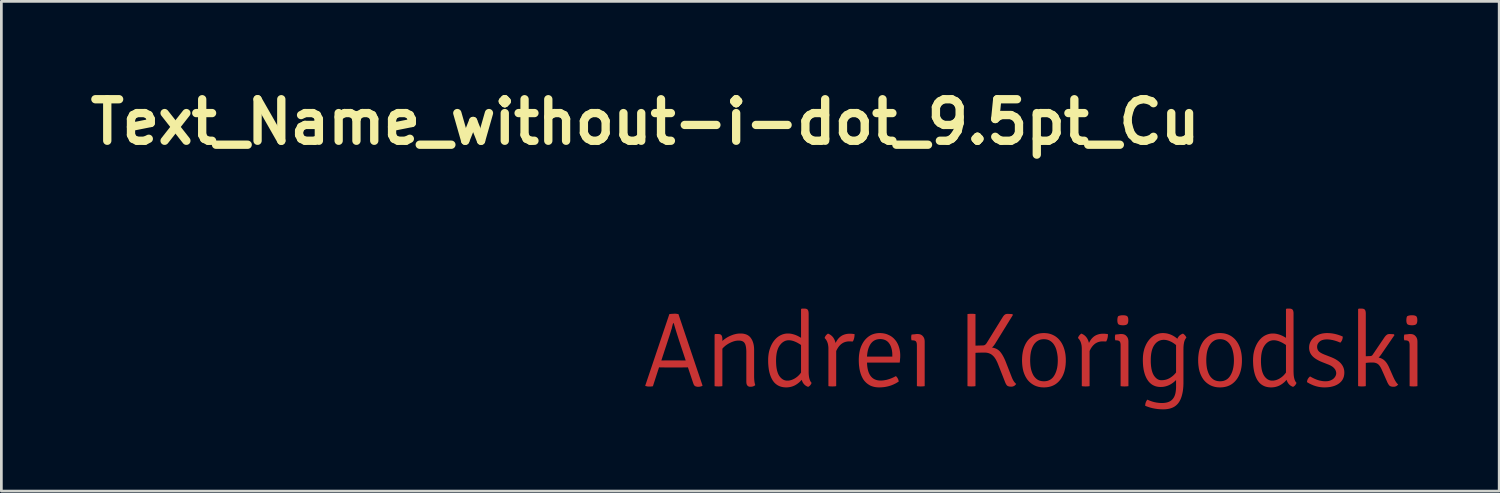
<source format=kicad_pcb>
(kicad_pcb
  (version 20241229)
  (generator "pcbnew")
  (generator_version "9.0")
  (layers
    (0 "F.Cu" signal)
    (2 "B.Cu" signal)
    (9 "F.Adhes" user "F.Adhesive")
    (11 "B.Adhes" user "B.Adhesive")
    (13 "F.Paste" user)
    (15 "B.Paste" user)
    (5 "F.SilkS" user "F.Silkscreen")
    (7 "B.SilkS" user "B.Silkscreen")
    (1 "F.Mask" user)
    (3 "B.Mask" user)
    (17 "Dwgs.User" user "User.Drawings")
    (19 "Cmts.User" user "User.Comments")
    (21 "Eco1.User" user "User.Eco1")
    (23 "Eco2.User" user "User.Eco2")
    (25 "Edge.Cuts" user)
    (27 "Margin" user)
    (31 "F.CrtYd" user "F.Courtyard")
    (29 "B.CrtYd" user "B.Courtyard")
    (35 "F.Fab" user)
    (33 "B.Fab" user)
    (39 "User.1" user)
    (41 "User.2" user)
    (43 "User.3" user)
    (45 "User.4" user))
  (footprint "Text_Name_without-i-dot_9.5pt_Cu"
    (layer "F.Cu")
    (at 20.625 11.135)
    (property "Reference" "Text_Name_without-i-dot_9.5pt_Cu" (at 0 -9.709 0) (layer "F.SilkS") (effects (font (size 1.524 1.524) (thickness 0.305))))
    (attr smd)
    (fp_poly (pts (xy 17.352 -2.578) (xy 17.367 -2.586) (xy 17.383 -2.594) (xy 17.4 -2.6) (xy 17.418 -2.605) (xy 17.438 -2.609) (xy 17.459 -2.613) (xy 17.482 -2.615) (xy 17.505 -2.617) (xy 17.53 -2.617) (xy 17.557 -2.616) (xy 17.582 -2.615) (xy 17.605 -2.612) (xy 17.625 -2.608) (xy 17.644 -2.603) (xy 17.66 -2.597) (xy 17.674 -2.59) (xy 17.685 -2.582) (xy 17.695 -2.572) (xy 17.704 -2.56) (xy 17.711 -2.545) (xy 17.717 -2.528) (xy 17.722 -2.508) (xy 17.725 -2.486) (xy 17.727 -2.462) (xy 17.728 -2.435) (xy 17.727 -2.408) (xy 17.725 -2.384) (xy 17.721 -2.361) (xy 17.716 -2.341) (xy 17.71 -2.324) (xy 17.702 -2.308) (xy 17.692 -2.295) (xy 17.681 -2.284) (xy 17.667 -2.275) (xy 17.65 -2.267) (xy 17.631 -2.261) (xy 17.609 -2.256) (xy 17.585 -2.252) (xy 17.559 -2.25) (xy 17.53 -2.249) (xy 17.505 -2.25) (xy 17.48 -2.252) (xy 17.457 -2.254) (xy 17.436 -2.258) (xy 17.416 -2.263) (xy 17.397 -2.269) (xy 17.379 -2.276) (xy 17.368 -2.284) (xy 17.358 -2.295) (xy 17.349 -2.308) (xy 17.342 -2.323) (xy 17.336 -2.341) (xy 17.331 -2.361) (xy 17.328 -2.383) (xy 17.326 -2.408) (xy 17.325 -2.435) (xy 17.326 -2.46) (xy 17.328 -2.483) (xy 17.33 -2.505) (xy 17.334 -2.525) (xy 17.339 -2.544) (xy 17.345 -2.562) (xy 17.352 -2.578) (xy 17.352 -2.578)) (stroke (width 0) (type solid)) (fill yes) (layer "F.Cu"))
    (fp_poly (pts (xy 10.256 -1.649) (xy 10.256 -0.016) (xy 10.239 -0.013) (xy 10.221 -0.011) (xy 10.201 -0.008) (xy 10.181 -0.007) (xy 10.159 -0.006) (xy 10.137 -0.005) (xy 10.113 -0.005) (xy 10.089 -0.005) (xy 10.066 -0.006) (xy 10.045 -0.007) (xy 10.024 -0.008) (xy 10.005 -0.011) (xy 9.987 -0.013) (xy 9.97 -0.016) (xy 9.97 -1.51) (xy 9.969 -1.54) (xy 9.967 -1.566) (xy 9.963 -1.59) (xy 9.958 -1.611) (xy 9.952 -1.629) (xy 9.944 -1.645) (xy 9.935 -1.657) (xy 9.922 -1.669) (xy 9.905 -1.679) (xy 9.886 -1.686) (xy 9.864 -1.692) (xy 9.839 -1.695) (xy 9.811 -1.696) (xy 9.776 -1.696) (xy 9.77 -1.714) (xy 9.766 -1.733) (xy 9.763 -1.754) (xy 9.761 -1.776) (xy 9.761 -1.8) (xy 9.761 -1.825) (xy 9.763 -1.847) (xy 9.766 -1.869) (xy 9.77 -1.89) (xy 9.776 -1.909) (xy 9.8 -1.911) (xy 9.822 -1.913) (xy 9.843 -1.916) (xy 9.862 -1.917) (xy 9.88 -1.919) (xy 9.896 -1.92) (xy 9.918 -1.924) (xy 9.938 -1.926) (xy 9.955 -1.928) (xy 9.97 -1.928) (xy 10.001 -1.928) (xy 10.024 -1.927) (xy 10.046 -1.925) (xy 10.068 -1.921) (xy 10.088 -1.916) (xy 10.107 -1.909) (xy 10.125 -1.9) (xy 10.142 -1.89) (xy 10.158 -1.879) (xy 10.173 -1.865) (xy 10.186 -1.851) (xy 10.2 -1.835) (xy 10.211 -1.819) (xy 10.222 -1.802) (xy 10.231 -1.783) (xy 10.239 -1.764) (xy 10.245 -1.743) (xy 10.25 -1.721) (xy 10.253 -1.698) (xy 10.255 -1.674) (xy 10.256 -1.649) (xy 10.256 -1.649)) (stroke (width 0) (type solid)) (fill yes) (layer "F.Cu"))
    (fp_poly (pts (xy 17.732 -1.649) (xy 17.732 -0.016) (xy 17.715 -0.013) (xy 17.696 -0.011) (xy 17.677 -0.008) (xy 17.656 -0.007) (xy 17.635 -0.006) (xy 17.612 -0.005) (xy 17.588 -0.005) (xy 17.565 -0.005) (xy 17.542 -0.006) (xy 17.52 -0.007) (xy 17.5 -0.008) (xy 17.481 -0.011) (xy 17.462 -0.013) (xy 17.445 -0.016) (xy 17.445 -1.51) (xy 17.445 -1.54) (xy 17.442 -1.566) (xy 17.439 -1.59) (xy 17.434 -1.611) (xy 17.428 -1.629) (xy 17.42 -1.645) (xy 17.41 -1.657) (xy 17.397 -1.669) (xy 17.381 -1.679) (xy 17.362 -1.686) (xy 17.34 -1.692) (xy 17.315 -1.695) (xy 17.287 -1.696) (xy 17.252 -1.696) (xy 17.246 -1.714) (xy 17.242 -1.733) (xy 17.239 -1.754) (xy 17.237 -1.776) (xy 17.236 -1.8) (xy 17.237 -1.825) (xy 17.239 -1.847) (xy 17.242 -1.869) (xy 17.246 -1.89) (xy 17.252 -1.909) (xy 17.276 -1.911) (xy 17.298 -1.913) (xy 17.319 -1.916) (xy 17.338 -1.917) (xy 17.356 -1.919) (xy 17.372 -1.92) (xy 17.394 -1.924) (xy 17.413 -1.926) (xy 17.431 -1.928) (xy 17.445 -1.928) (xy 17.476 -1.928) (xy 17.5 -1.927) (xy 17.522 -1.925) (xy 17.543 -1.921) (xy 17.564 -1.916) (xy 17.583 -1.909) (xy 17.601 -1.9) (xy 17.618 -1.89) (xy 17.634 -1.879) (xy 17.648 -1.865) (xy 17.662 -1.851) (xy 17.675 -1.835) (xy 17.687 -1.819) (xy 17.698 -1.802) (xy 17.707 -1.783) (xy 17.714 -1.764) (xy 17.721 -1.743) (xy 17.725 -1.721) (xy 17.729 -1.698) (xy 17.731 -1.674) (xy 17.732 -1.649) (xy 17.732 -1.649)) (stroke (width 0) (type solid)) (fill yes) (layer "F.Cu"))
    (fp_poly (pts (xy 28.337 -1.649) (xy 28.337 -0.016) (xy 28.32 -0.013) (xy 28.301 -0.011) (xy 28.282 -0.008) (xy 28.262 -0.007) (xy 28.24 -0.006) (xy 28.217 -0.005) (xy 28.194 -0.005) (xy 28.17 -0.005) (xy 28.147 -0.006) (xy 28.126 -0.007) (xy 28.105 -0.008) (xy 28.086 -0.011) (xy 28.068 -0.013) (xy 28.05 -0.016) (xy 28.05 -1.51) (xy 28.05 -1.54) (xy 28.048 -1.566) (xy 28.044 -1.59) (xy 28.039 -1.611) (xy 28.033 -1.629) (xy 28.025 -1.645) (xy 28.016 -1.657) (xy 28.002 -1.669) (xy 27.986 -1.679) (xy 27.967 -1.686) (xy 27.945 -1.692) (xy 27.92 -1.695) (xy 27.892 -1.696) (xy 27.857 -1.696) (xy 27.851 -1.714) (xy 27.847 -1.733) (xy 27.844 -1.754) (xy 27.842 -1.776) (xy 27.841 -1.8) (xy 27.842 -1.825) (xy 27.844 -1.847) (xy 27.931 -2.46) (xy 27.933 -2.483) (xy 27.935 -2.505) (xy 27.939 -2.525) (xy 27.944 -2.544) (xy 27.95 -2.562) (xy 27.958 -2.578) (xy 27.958 -2.578) (xy 27.972 -2.586) (xy 27.988 -2.594) (xy 28.005 -2.6) (xy 28.023 -2.605) (xy 28.043 -2.609) (xy 28.064 -2.613) (xy 28.087 -2.615) (xy 28.11 -2.617) (xy 28.136 -2.617) (xy 28.163 -2.616) (xy 28.187 -2.615) (xy 28.21 -2.612) (xy 28.23 -2.608) (xy 28.249 -2.603) (xy 28.265 -2.597) (xy 28.279 -2.59) (xy 28.29 -2.582) (xy 28.3 -2.572) (xy 28.309 -2.56) (xy 28.316 -2.545) (xy 28.322 -2.528) (xy 28.327 -2.508) (xy 28.33 -2.486) (xy 28.332 -2.462) (xy 28.333 -2.435) (xy 28.332 -2.408) (xy 28.33 -2.384) (xy 28.326 -2.361) (xy 28.321 -2.341) (xy 28.315 -2.324) (xy 28.307 -2.308) (xy 28.297 -2.295) (xy 28.286 -2.284) (xy 28.272 -2.275) (xy 28.255 -2.267) (xy 28.236 -2.261) (xy 28.214 -2.256) (xy 28.191 -2.252) (xy 28.164 -2.25) (xy 28.136 -2.249) (xy 28.11 -2.25) (xy 28.085 -2.252) (xy 28.062 -2.254) (xy 28.041 -2.258) (xy 28.021 -2.263) (xy 28.002 -2.269) (xy 27.985 -2.276) (xy 27.973 -2.285) (xy 27.963 -2.295) (xy 27.955 -2.308) (xy 27.947 -2.323) (xy 27.941 -2.341) (xy 27.936 -2.361) (xy 27.933 -2.383) (xy 27.931 -2.408) (xy 27.93 -2.435) (xy 27.931 -2.46) (xy 27.844 -1.847) (xy 27.847 -1.869) (xy 27.851 -1.89) (xy 27.857 -1.909) (xy 27.881 -1.911) (xy 27.903 -1.913) (xy 27.924 -1.916) (xy 27.943 -1.917) (xy 27.961 -1.919) (xy 27.977 -1.92) (xy 27.999 -1.924) (xy 28.018 -1.926) (xy 28.036 -1.928) (xy 28.05 -1.928) (xy 28.081 -1.928) (xy 28.105 -1.927) (xy 28.127 -1.925) (xy 28.148 -1.921) (xy 28.169 -1.916) (xy 28.188 -1.909) (xy 28.206 -1.9) (xy 28.223 -1.89) (xy 28.239 -1.879) (xy 28.253 -1.865) (xy 28.267 -1.851) (xy 28.28 -1.835) (xy 28.292 -1.819) (xy 28.303 -1.802) (xy 28.312 -1.783) (xy 28.319 -1.764) (xy 28.326 -1.743) (xy 28.331 -1.721) (xy 28.334 -1.698) (xy 28.336 -1.674) (xy 28.337 -1.649) (xy 28.337 -1.649)) (stroke (width 0) (type solid)) (fill yes) (layer "F.Cu"))
    (fp_poly (pts (xy 6.584 -1.781) (xy 6.59 -1.801) (xy 6.597 -1.82) (xy 6.606 -1.838) (xy 6.617 -1.855) (xy 6.628 -1.872) (xy 6.641 -1.888) (xy 6.656 -1.903) (xy 6.672 -1.917) (xy 6.689 -1.931) (xy 6.708 -1.944) (xy 6.727 -1.936) (xy 6.746 -1.927) (xy 6.764 -1.918) (xy 6.781 -1.908) (xy 6.798 -1.897) (xy 6.814 -1.886) (xy 6.83 -1.873) (xy 6.845 -1.86) (xy 6.859 -1.847) (xy 6.873 -1.832) (xy 6.886 -1.817) (xy 6.898 -1.801) (xy 6.91 -1.784) (xy 6.921 -1.766) (xy 6.931 -1.748) (xy 6.941 -1.729) (xy 6.95 -1.709) (xy 6.959 -1.689) (xy 6.966 -1.668) (xy 6.974 -1.645) (xy 6.98 -1.623) (xy 6.986 -1.599) (xy 6.996 -1.62) (xy 7.007 -1.64) (xy 7.018 -1.66) (xy 7.029 -1.679) (xy 7.041 -1.697) (xy 7.053 -1.715) (xy 7.065 -1.732) (xy 7.078 -1.748) (xy 7.091 -1.764) (xy 7.105 -1.779) (xy 7.119 -1.793) (xy 7.134 -1.807) (xy 7.148 -1.82) (xy 7.164 -1.832) (xy 7.179 -1.844) (xy 7.195 -1.855) (xy 7.212 -1.865) (xy 7.228 -1.875) (xy 7.246 -1.884) (xy 7.263 -1.892) (xy 7.281 -1.899) (xy 7.3 -1.906) (xy 7.318 -1.913) (xy 7.337 -1.918) (xy 7.357 -1.923) (xy 7.377 -1.928) (xy 7.397 -1.931) (xy 7.418 -1.934) (xy 7.439 -1.937) (xy 7.461 -1.938) (xy 7.483 -1.939) (xy 7.505 -1.94) (xy 7.525 -1.939) (xy 7.546 -1.939) (xy 7.568 -1.938) (xy 7.59 -1.936) (xy 7.613 -1.934) (xy 7.635 -1.931) (xy 7.659 -1.928) (xy 7.683 -1.924) (xy 7.683 -1.899) (xy 7.681 -1.875) (xy 7.679 -1.851) (xy 7.677 -1.828) (xy 7.673 -1.805) (xy 7.669 -1.784) (xy 7.664 -1.763) (xy 7.658 -1.743) (xy 7.651 -1.723) (xy 7.644 -1.705) (xy 7.636 -1.687) (xy 7.627 -1.67) (xy 7.617 -1.653) (xy 7.6 -1.655) (xy 7.581 -1.655) (xy 7.56 -1.656) (xy 7.536 -1.657) (xy 7.51 -1.657) (xy 7.482 -1.657) (xy 7.461 -1.657) (xy 7.441 -1.656) (xy 7.42 -1.654) (xy 7.401 -1.651) (xy 7.381 -1.647) (xy 7.362 -1.643) (xy 7.344 -1.638) (xy 7.325 -1.632) (xy 7.307 -1.626) (xy 7.29 -1.618) (xy 7.273 -1.61) (xy 7.256 -1.601) (xy 7.239 -1.591) (xy 7.223 -1.581) (xy 7.207 -1.569) (xy 7.191 -1.557) (xy 7.176 -1.544) (xy 7.161 -1.53) (xy 7.147 -1.516) (xy 7.132 -1.501) (xy 7.119 -1.485) (xy 7.105 -1.468) (xy 7.092 -1.45) (xy 7.079 -1.432) (xy 7.067 -1.413) (xy 7.055 -1.393) (xy 7.043 -1.372) (xy 7.031 -1.35) (xy 7.02 -1.328) (xy 7.009 -1.305) (xy 7.009 -0.016) (xy 6.992 -0.013) (xy 6.974 -0.011) (xy 6.955 -0.008) (xy 6.934 -0.007) (xy 6.913 -0.006) (xy 6.89 -0.005) (xy 6.866 -0.005) (xy 6.843 -0.005) (xy 6.82 -0.006) (xy 6.798 -0.007) (xy 6.778 -0.008) (xy 6.758 -0.011) (xy 6.74 -0.013) (xy 6.723 -0.016) (xy 6.723 -1.386) (xy 6.723 -1.412) (xy 6.722 -1.438) (xy 6.72 -1.462) (xy 6.718 -1.486) (xy 6.714 -1.51) (xy 6.711 -1.532) (xy 6.706 -1.554) (xy 6.701 -1.576) (xy 6.695 -1.596) (xy 6.688 -1.617) (xy 6.681 -1.636) (xy 6.673 -1.655) (xy 6.664 -1.673) (xy 6.655 -1.69) (xy 6.645 -1.707) (xy 6.634 -1.723) (xy 6.622 -1.739) (xy 6.61 -1.753) (xy 6.597 -1.768) (xy 6.584 -1.781) (xy 6.584 -1.781)) (stroke (width 0) (type solid)) (fill yes) (layer "F.Cu"))
    (fp_poly (pts (xy 15.881 -1.781) (xy 15.887 -1.801) (xy 15.895 -1.82) (xy 15.904 -1.838) (xy 15.914 -1.855) (xy 15.926 -1.872) (xy 15.939 -1.888) (xy 15.953 -1.903) (xy 15.969 -1.917) (xy 15.986 -1.931) (xy 16.005 -1.944) (xy 16.024 -1.936) (xy 16.043 -1.927) (xy 16.061 -1.918) (xy 16.079 -1.908) (xy 16.096 -1.897) (xy 16.112 -1.886) (xy 16.127 -1.873) (xy 16.142 -1.86) (xy 16.156 -1.847) (xy 16.17 -1.832) (xy 16.183 -1.817) (xy 16.195 -1.801) (xy 16.207 -1.784) (xy 16.218 -1.766) (xy 16.229 -1.748) (xy 16.238 -1.729) (xy 16.248 -1.709) (xy 16.256 -1.689) (xy 16.264 -1.668) (xy 16.271 -1.645) (xy 16.278 -1.623) (xy 16.284 -1.599) (xy 16.294 -1.62) (xy 16.304 -1.64) (xy 16.315 -1.66) (xy 16.327 -1.679) (xy 16.338 -1.697) (xy 16.35 -1.715) (xy 16.363 -1.732) (xy 16.376 -1.748) (xy 16.389 -1.764) (xy 16.403 -1.779) (xy 16.417 -1.793) (xy 16.431 -1.807) (xy 16.446 -1.82) (xy 16.461 -1.832) (xy 16.477 -1.844) (xy 16.493 -1.855) (xy 16.509 -1.865) (xy 16.526 -1.875) (xy 16.543 -1.884) (xy 16.561 -1.892) (xy 16.579 -1.899) (xy 16.597 -1.906) (xy 16.616 -1.913) (xy 16.635 -1.918) (xy 16.654 -1.923) (xy 16.674 -1.928) (xy 16.695 -1.931) (xy 16.715 -1.934) (xy 16.737 -1.937) (xy 16.758 -1.938) (xy 16.78 -1.939) (xy 16.802 -1.94) (xy 16.823 -1.939) (xy 16.844 -1.939) (xy 16.865 -1.938) (xy 16.887 -1.936) (xy 16.91 -1.934) (xy 16.933 -1.931) (xy 16.956 -1.928) (xy 16.98 -1.924) (xy 16.98 -1.899) (xy 16.979 -1.875) (xy 16.977 -1.851) (xy 16.974 -1.828) (xy 16.971 -1.805) (xy 16.966 -1.784) (xy 16.961 -1.763) (xy 16.955 -1.743) (xy 16.949 -1.723) (xy 16.941 -1.705) (xy 16.933 -1.687) (xy 16.924 -1.67) (xy 16.915 -1.653) (xy 16.898 -1.655) (xy 16.879 -1.655) (xy 16.857 -1.656) (xy 16.834 -1.657) (xy 16.808 -1.657) (xy 16.779 -1.657) (xy 16.758 -1.657) (xy 16.738 -1.656) (xy 16.718 -1.654) (xy 16.698 -1.651) (xy 16.679 -1.647) (xy 16.66 -1.643) (xy 16.641 -1.638) (xy 16.623 -1.632) (xy 16.605 -1.626) (xy 16.587 -1.618) (xy 16.57 -1.61) (xy 16.553 -1.601) (xy 16.536 -1.591) (xy 16.52 -1.581) (xy 16.504 -1.569) (xy 16.489 -1.557) (xy 16.474 -1.544) (xy 16.459 -1.53) (xy 16.444 -1.516) (xy 16.43 -1.501) (xy 16.416 -1.485) (xy 16.403 -1.468) (xy 16.389 -1.45) (xy 16.377 -1.432) (xy 16.364 -1.413) (xy 16.352 -1.393) (xy 16.34 -1.372) (xy 16.329 -1.35) (xy 16.318 -1.328) (xy 16.307 -1.305) (xy 16.307 -0.016) (xy 16.29 -0.013) (xy 16.272 -0.011) (xy 16.252 -0.008) (xy 16.232 -0.007) (xy 16.21 -0.006) (xy 16.187 -0.005) (xy 16.164 -0.005) (xy 16.14 -0.005) (xy 16.117 -0.006) (xy 16.096 -0.007) (xy 16.075 -0.008) (xy 16.056 -0.011) (xy 16.038 -0.013) (xy 16.021 -0.016) (xy 16.021 -1.386) (xy 16.02 -1.412) (xy 16.019 -1.438) (xy 16.017 -1.462) (xy 16.015 -1.486) (xy 16.012 -1.51) (xy 16.008 -1.532) (xy 16.003 -1.554) (xy 15.998 -1.576) (xy 15.992 -1.596) (xy 15.986 -1.617) (xy 15.978 -1.636) (xy 15.97 -1.655) (xy 15.962 -1.673) (xy 15.952 -1.69) (xy 15.942 -1.707) (xy 15.931 -1.723) (xy 15.92 -1.739) (xy 15.908 -1.753) (xy 15.895 -1.768) (xy 15.881 -1.781) (xy 15.881 -1.781)) (stroke (width 0) (type solid)) (fill yes) (layer "F.Cu"))
    (fp_poly (pts (xy 27.294 -0.709) (xy 27.445 -0.368) (xy 27.457 -0.341) (xy 27.47 -0.314) (xy 27.482 -0.289) (xy 27.494 -0.265) (xy 27.506 -0.242) (xy 27.518 -0.221) (xy 27.53 -0.2) (xy 27.542 -0.182) (xy 27.553 -0.164) (xy 27.565 -0.148) (xy 27.576 -0.133) (xy 27.587 -0.12) (xy 27.598 -0.107) (xy 27.609 -0.096) (xy 27.62 -0.087) (xy 27.631 -0.078) (xy 27.618 -0.062) (xy 27.604 -0.048) (xy 27.589 -0.035) (xy 27.574 -0.024) (xy 27.557 -0.014) (xy 27.54 -0.007) (xy 27.521 -0.001) (xy 27.502 0.004) (xy 27.482 0.006) (xy 27.46 0.007) (xy 27.434 0.006) (xy 27.41 0.004) (xy 27.388 0.000433) (xy 27.367 -0.005) (xy 27.349 -0.011) (xy 27.333 -0.019) (xy 27.318 -0.029) (xy 27.306 -0.039) (xy 27.295 -0.052) (xy 27.284 -0.067) (xy 27.273 -0.083) (xy 27.262 -0.101) (xy 27.251 -0.122) (xy 27.239 -0.144) (xy 27.228 -0.168) (xy 27.217 -0.194) (xy 27.038 -0.597) (xy 27.026 -0.624) (xy 27.014 -0.65) (xy 27.001 -0.675) (xy 26.989 -0.698) (xy 26.977 -0.719) (xy 26.964 -0.739) (xy 26.951 -0.757) (xy 26.939 -0.774) (xy 26.926 -0.789) (xy 26.913 -0.803) (xy 26.9 -0.815) (xy 26.888 -0.825) (xy 26.872 -0.836) (xy 26.855 -0.846) (xy 26.837 -0.855) (xy 26.818 -0.862) (xy 26.798 -0.869) (xy 26.777 -0.874) (xy 26.755 -0.878) (xy 26.731 -0.881) (xy 26.707 -0.883) (xy 26.682 -0.883) (xy 26.659 -0.883) (xy 26.636 -0.883) (xy 26.614 -0.882) (xy 26.592 -0.881) (xy 26.57 -0.88) (xy 26.548 -0.879) (xy 26.526 -0.877) (xy 26.505 -0.875) (xy 26.484 -0.873) (xy 26.463 -0.87) (xy 26.442 -0.868) (xy 26.442 -0.016) (xy 26.425 -0.013) (xy 26.407 -0.011) (xy 26.388 -0.008) (xy 26.367 -0.007) (xy 26.346 -0.006) (xy 26.323 -0.005) (xy 26.299 -0.005) (xy 26.273 -0.005) (xy 26.248 -0.006) (xy 26.224 -0.008) (xy 26.201 -0.01) (xy 26.18 -0.013) (xy 26.16 -0.016) (xy 26.16 -2.838) (xy 26.183 -2.861) (xy 26.288 -2.861) (xy 26.313 -2.86) (xy 26.336 -2.857) (xy 26.356 -2.852) (xy 26.374 -2.846) (xy 26.389 -2.837) (xy 26.401 -2.827) (xy 26.412 -2.814) (xy 26.42 -2.801) (xy 26.427 -2.785) (xy 26.432 -2.767) (xy 26.437 -2.745) (xy 26.44 -2.722) (xy 26.442 -2.696) (xy 26.442 -2.667) (xy 26.442 -1.112) (xy 26.609 -1.119) (xy 26.626 -1.121) (xy 26.643 -1.125) (xy 26.658 -1.133) (xy 26.673 -1.143) (xy 26.686 -1.157) (xy 26.698 -1.173) (xy 27.112 -1.785) (xy 27.126 -1.806) (xy 27.14 -1.825) (xy 27.154 -1.843) (xy 27.167 -1.858) (xy 27.18 -1.872) (xy 27.193 -1.883) (xy 27.205 -1.893) (xy 27.223 -1.906) (xy 27.241 -1.916) (xy 27.262 -1.923) (xy 27.283 -1.927) (xy 27.306 -1.928) (xy 27.321 -1.928) (xy 27.338 -1.928) (xy 27.356 -1.927) (xy 27.376 -1.926) (xy 27.398 -1.925) (xy 27.421 -1.924) (xy 27.446 -1.922) (xy 27.472 -1.92) (xy 27.495 -1.889) (xy 27.004 -1.173) (xy 26.989 -1.153) (xy 26.976 -1.135) (xy 26.962 -1.118) (xy 26.949 -1.102) (xy 26.936 -1.088) (xy 26.923 -1.076) (xy 26.911 -1.065) (xy 26.934 -1.06) (xy 26.957 -1.053) (xy 26.979 -1.046) (xy 27.001 -1.038) (xy 27.022 -1.028) (xy 27.042 -1.018) (xy 27.061 -1.007) (xy 27.08 -0.995) (xy 27.098 -0.982) (xy 27.115 -0.968) (xy 27.131 -0.953) (xy 27.145 -0.94) (xy 27.158 -0.926) (xy 27.172 -0.911) (xy 27.185 -0.895) (xy 27.198 -0.878) (xy 27.21 -0.86) (xy 27.223 -0.842) (xy 27.235 -0.822) (xy 27.247 -0.801) (xy 27.259 -0.78) (xy 27.271 -0.757) (xy 27.283 -0.734) (xy 27.294 -0.709) (xy 27.294 -0.709)) (stroke (width 0) (type solid)) (fill yes) (layer "F.Cu"))
    (fp_poly (pts (xy 13.614 -0.098) (xy 13.601 -0.08) (xy 13.588 -0.064) (xy 13.574 -0.05) (xy 13.559 -0.038) (xy 13.543 -0.027) (xy 13.527 -0.018) (xy 13.509 -0.01) (xy 13.491 -0.004) (xy 13.472 -0.000233) (xy 13.452 0.002) (xy 13.432 0.003) (xy 13.405 0.002) (xy 13.38 0.000433) (xy 13.357 -0.003) (xy 13.337 -0.008) (xy 13.319 -0.014) (xy 13.302 -0.021) (xy 13.289 -0.03) (xy 13.277 -0.039) (xy 13.266 -0.052) (xy 13.256 -0.066) (xy 13.245 -0.082) (xy 13.235 -0.1) (xy 13.225 -0.12) (xy 13.215 -0.142) (xy 13.205 -0.165) (xy 13.196 -0.19) (xy 12.948 -0.821) (xy 12.937 -0.847) (xy 12.927 -0.872) (xy 12.916 -0.896) (xy 12.905 -0.919) (xy 12.894 -0.941) (xy 12.883 -0.963) (xy 12.872 -0.983) (xy 12.861 -1.003) (xy 12.849 -1.022) (xy 12.837 -1.039) (xy 12.826 -1.056) (xy 12.814 -1.072) (xy 12.802 -1.088) (xy 12.789 -1.102) (xy 12.777 -1.115) (xy 12.764 -1.128) (xy 12.752 -1.139) (xy 12.739 -1.15) (xy 12.723 -1.164) (xy 12.706 -1.176) (xy 12.688 -1.187) (xy 12.67 -1.198) (xy 12.651 -1.207) (xy 12.631 -1.215) (xy 12.611 -1.223) (xy 12.59 -1.229) (xy 12.569 -1.235) (xy 12.547 -1.239) (xy 12.524 -1.243) (xy 12.501 -1.245) (xy 12.477 -1.246) (xy 12.452 -1.247) (xy 12.43 -1.247) (xy 12.407 -1.247) (xy 12.385 -1.247) (xy 12.362 -1.246) (xy 12.34 -1.246) (xy 12.317 -1.246) (xy 12.295 -1.245) (xy 12.273 -1.245) (xy 12.251 -1.244) (xy 12.229 -1.244) (xy 12.207 -1.243) (xy 12.185 -1.242) (xy 12.163 -1.241) (xy 12.141 -1.24) (xy 12.12 -1.239) (xy 12.12 -0.016) (xy 12.102 -0.013) (xy 12.084 -0.011) (xy 12.064 -0.008) (xy 12.043 -0.007) (xy 12.021 -0.006) (xy 11.997 -0.005) (xy 11.973 -0.005) (xy 11.948 -0.005) (xy 11.924 -0.006) (xy 11.902 -0.007) (xy 11.881 -0.008) (xy 11.861 -0.011) (xy 11.843 -0.013) (xy 11.826 -0.016) (xy 11.826 -2.66) (xy 11.843 -2.663) (xy 11.861 -2.665) (xy 11.881 -2.667) (xy 11.902 -2.669) (xy 11.924 -2.67) (xy 11.948 -2.671) (xy 11.973 -2.671) (xy 11.997 -2.671) (xy 12.021 -2.67) (xy 12.043 -2.669) (xy 12.064 -2.667) (xy 12.084 -2.665) (xy 12.102 -2.663) (xy 12.12 -2.66) (xy 12.12 -1.502) (xy 12.402 -1.51) (xy 12.42 -1.512) (xy 12.438 -1.516) (xy 12.455 -1.523) (xy 12.472 -1.533) (xy 12.488 -1.546) (xy 12.504 -1.562) (xy 12.519 -1.581) (xy 12.534 -1.603) (xy 13.103 -2.524) (xy 13.117 -2.546) (xy 13.13 -2.566) (xy 13.144 -2.585) (xy 13.156 -2.601) (xy 13.169 -2.615) (xy 13.18 -2.626) (xy 13.192 -2.636) (xy 13.208 -2.647) (xy 13.226 -2.656) (xy 13.246 -2.662) (xy 13.268 -2.666) (xy 13.292 -2.667) (xy 13.309 -2.667) (xy 13.327 -2.667) (xy 13.346 -2.666) (xy 13.368 -2.665) (xy 13.391 -2.664) (xy 13.416 -2.663) (xy 13.442 -2.661) (xy 13.47 -2.66) (xy 13.494 -2.629) (xy 12.843 -1.576) (xy 12.83 -1.556) (xy 12.817 -1.537) (xy 12.804 -1.519) (xy 12.791 -1.502) (xy 12.778 -1.486) (xy 12.764 -1.471) (xy 12.751 -1.457) (xy 12.737 -1.444) (xy 12.723 -1.433) (xy 12.748 -1.429) (xy 12.771 -1.424) (xy 12.794 -1.418) (xy 12.817 -1.412) (xy 12.838 -1.405) (xy 12.859 -1.397) (xy 12.879 -1.388) (xy 12.898 -1.379) (xy 12.917 -1.368) (xy 12.935 -1.357) (xy 12.952 -1.345) (xy 12.969 -1.332) (xy 12.984 -1.319) (xy 12.999 -1.305) (xy 13.014 -1.29) (xy 13.025 -1.277) (xy 13.037 -1.263) (xy 13.048 -1.249) (xy 13.06 -1.233) (xy 13.071 -1.217) (xy 13.083 -1.201) (xy 13.094 -1.183) (xy 13.106 -1.165) (xy 13.117 -1.145) (xy 13.129 -1.125) (xy 13.14 -1.105) (xy 13.151 -1.083) (xy 13.163 -1.061) (xy 13.174 -1.038) (xy 13.185 -1.014) (xy 13.196 -0.989) (xy 13.208 -0.964) (xy 13.219 -0.937) (xy 13.455 -0.334) (xy 13.465 -0.309) (xy 13.476 -0.286) (xy 13.487 -0.263) (xy 13.498 -0.242) (xy 13.509 -0.222) (xy 13.521 -0.203) (xy 13.534 -0.184) (xy 13.546 -0.167) (xy 13.559 -0.151) (xy 13.572 -0.136) (xy 13.586 -0.122) (xy 13.599 -0.109) (xy 13.614 -0.098) (xy 13.614 -0.098)) (stroke (width 0) (type solid)) (fill yes) (layer "F.Cu"))
    (fp_poly (pts (xy 3.997 -1.344) (xy 3.997 -0.384) (xy 3.997 -0.355) (xy 3.998 -0.327) (xy 3.999 -0.3) (xy 4 -0.274) (xy 4.002 -0.249) (xy 4.004 -0.225) (xy 4.007 -0.202) (xy 4.009 -0.181) (xy 4.013 -0.16) (xy 4.016 -0.14) (xy 4.02 -0.121) (xy 4.025 -0.103) (xy 4.029 -0.086) (xy 4.034 -0.07) (xy 4.04 -0.055) (xy 4.025 -0.042) (xy 4.009 -0.03) (xy 3.992 -0.021) (xy 3.973 -0.012) (xy 3.953 -0.005) (xy 3.932 0.000083) (xy 3.908 0.004) (xy 3.884 0.006) (xy 3.858 0.007) (xy 3.839 0.006) (xy 3.821 0.004) (xy 3.805 -0.001) (xy 3.79 -0.007) (xy 3.776 -0.014) (xy 3.764 -0.023) (xy 3.753 -0.034) (xy 3.743 -0.047) (xy 3.734 -0.061) (xy 3.727 -0.077) (xy 3.721 -0.095) (xy 3.717 -0.114) (xy 3.714 -0.135) (xy 3.712 -0.158) (xy 3.711 -0.183) (xy 3.711 -1.255) (xy 3.711 -1.286) (xy 3.71 -1.315) (xy 3.709 -1.344) (xy 3.707 -1.371) (xy 3.704 -1.397) (xy 3.702 -1.421) (xy 3.698 -1.445) (xy 3.694 -1.467) (xy 3.69 -1.488) (xy 3.685 -1.508) (xy 3.68 -1.526) (xy 3.674 -1.543) (xy 3.667 -1.559) (xy 3.66 -1.574) (xy 3.653 -1.588) (xy 3.642 -1.604) (xy 3.631 -1.618) (xy 3.617 -1.632) (xy 3.603 -1.643) (xy 3.586 -1.654) (xy 3.569 -1.663) (xy 3.55 -1.671) (xy 3.529 -1.677) (xy 3.507 -1.682) (xy 3.484 -1.685) (xy 3.459 -1.687) (xy 3.432 -1.688) (xy 3.412 -1.688) (xy 3.391 -1.687) (xy 3.37 -1.685) (xy 3.349 -1.682) (xy 3.328 -1.679) (xy 3.307 -1.675) (xy 3.285 -1.67) (xy 3.264 -1.664) (xy 3.242 -1.658) (xy 3.221 -1.65) (xy 3.199 -1.642) (xy 3.177 -1.634) (xy 3.155 -1.624) (xy 3.133 -1.614) (xy 3.111 -1.603) (xy 3.09 -1.593) (xy 3.07 -1.582) (xy 3.051 -1.571) (xy 3.031 -1.559) (xy 3.012 -1.547) (xy 2.994 -1.535) (xy 2.976 -1.522) (xy 2.958 -1.509) (xy 2.941 -1.496) (xy 2.924 -1.482) (xy 2.908 -1.467) (xy 2.892 -1.453) (xy 2.876 -1.438) (xy 2.861 -1.422) (xy 2.847 -1.406) (xy 2.832 -1.39) (xy 2.832 -0.016) (xy 2.815 -0.013) (xy 2.797 -0.011) (xy 2.778 -0.008) (xy 2.757 -0.007) (xy 2.736 -0.006) (xy 2.713 -0.005) (xy 2.689 -0.005) (xy 2.665 -0.005) (xy 2.643 -0.006) (xy 2.621 -0.007) (xy 2.601 -0.008) (xy 2.581 -0.011) (xy 2.563 -0.013) (xy 2.546 -0.016) (xy 2.546 -1.905) (xy 2.569 -1.928) (xy 2.678 -1.928) (xy 2.703 -1.927) (xy 2.726 -1.924) (xy 2.746 -1.919) (xy 2.764 -1.912) (xy 2.779 -1.902) (xy 2.791 -1.891) (xy 2.801 -1.878) (xy 2.81 -1.863) (xy 2.817 -1.847) (xy 2.822 -1.827) (xy 2.827 -1.806) (xy 2.83 -1.782) (xy 2.832 -1.756) (xy 2.832 -1.727) (xy 2.832 -1.673) (xy 2.849 -1.688) (xy 2.866 -1.703) (xy 2.883 -1.717) (xy 2.901 -1.731) (xy 2.919 -1.745) (xy 2.938 -1.758) (xy 2.956 -1.771) (xy 2.976 -1.784) (xy 2.995 -1.796) (xy 3.015 -1.808) (xy 3.035 -1.819) (xy 3.056 -1.83) (xy 3.077 -1.841) (xy 3.098 -1.851) (xy 3.12 -1.861) (xy 3.142 -1.87) (xy 3.164 -1.879) (xy 3.187 -1.888) (xy 3.209 -1.896) (xy 3.231 -1.904) (xy 3.253 -1.911) (xy 3.276 -1.917) (xy 3.298 -1.923) (xy 3.32 -1.928) (xy 3.342 -1.933) (xy 3.365 -1.937) (xy 3.387 -1.94) (xy 3.409 -1.943) (xy 3.431 -1.945) (xy 3.454 -1.946) (xy 3.476 -1.947) (xy 3.498 -1.947) (xy 3.524 -1.947) (xy 3.549 -1.946) (xy 3.573 -1.944) (xy 3.596 -1.941) (xy 3.619 -1.937) (xy 3.641 -1.932) (xy 3.662 -1.927) (xy 3.683 -1.921) (xy 3.703 -1.914) (xy 3.723 -1.906) (xy 3.741 -1.897) (xy 3.759 -1.888) (xy 3.776 -1.877) (xy 3.793 -1.866) (xy 3.809 -1.854) (xy 3.824 -1.841) (xy 3.838 -1.827) (xy 3.852 -1.813) (xy 3.865 -1.797) (xy 3.877 -1.781) (xy 3.888 -1.765) (xy 3.899 -1.748) (xy 3.909 -1.731) (xy 3.919 -1.714) (xy 3.928 -1.696) (xy 3.936 -1.677) (xy 3.944 -1.658) (xy 3.951 -1.639) (xy 3.958 -1.619) (xy 3.964 -1.599) (xy 3.97 -1.578) (xy 3.975 -1.557) (xy 3.98 -1.535) (xy 3.984 -1.513) (xy 3.988 -1.49) (xy 3.99 -1.467) (xy 3.993 -1.443) (xy 3.995 -1.419) (xy 3.996 -1.394) (xy 3.997 -1.369) (xy 3.997 -1.344) (xy 3.997 -1.344)) (stroke (width 0) (type solid)) (fill yes) (layer "F.Cu"))
    (fp_poly (pts (xy 1.111 -2.674) (xy 1.046 -2.338) (xy 1.05 -2.323) (xy 1.054 -2.306) (xy 1.059 -2.289) (xy 1.064 -2.27) (xy 1.07 -2.251) (xy 1.075 -2.231) (xy 1.082 -2.21) (xy 1.088 -2.188) (xy 1.095 -2.166) (xy 1.102 -2.142) (xy 1.109 -2.118) (xy 1.116 -2.094) (xy 1.124 -2.069) (xy 1.132 -2.043) (xy 1.14 -2.016) (xy 1.147 -1.995) (xy 1.153 -1.975) (xy 1.16 -1.954) (xy 1.166 -1.933) (xy 1.173 -1.912) (xy 1.179 -1.892) (xy 1.186 -1.871) (xy 1.193 -1.85) (xy 1.199 -1.83) (xy 1.206 -1.809) (xy 1.212 -1.789) (xy 1.218 -1.77) (xy 1.224 -1.752) (xy 1.23 -1.733) (xy 1.236 -1.714) (xy 1.243 -1.692) (xy 1.254 -1.658) (xy 1.261 -1.637) (xy 1.269 -1.615) (xy 1.276 -1.593) (xy 1.283 -1.571) (xy 1.29 -1.549) (xy 1.298 -1.527) (xy 1.305 -1.505) (xy 1.312 -1.483) (xy 1.319 -1.461) (xy 1.327 -1.439) (xy 1.334 -1.417) (xy 1.341 -1.395) (xy 1.349 -1.373) (xy 1.356 -1.351) (xy 1.363 -1.33) (xy 1.371 -1.308) (xy 1.378 -1.286) (xy 1.385 -1.264) (xy 1.392 -1.242) (xy 1.4 -1.22) (xy 1.407 -1.198) (xy 1.414 -1.176) (xy 1.422 -1.154) (xy 1.429 -1.132) (xy 1.436 -1.11) (xy 1.443 -1.088) (xy 1.451 -1.066) (xy 1.458 -1.045) (xy 1.465 -1.023) (xy 1.472 -1.001) (xy 1.48 -0.979) (xy 1.487 -0.957) (xy 1.466 -0.957) (xy 1.445 -0.957) (xy 1.424 -0.957) (xy 1.403 -0.958) (xy 1.382 -0.958) (xy 1.361 -0.958) (xy 1.34 -0.958) (xy 1.319 -0.958) (xy 1.294 -0.959) (xy 1.273 -0.96) (xy 1.262 -0.961) (xy 1.059 -0.961) (xy 1.04 -0.961) (xy 1.02 -0.961) (xy 0.817 -0.961) (xy 0.593 -0.957) (xy 0.6 -0.978) (xy 0.607 -1) (xy 0.614 -1.022) (xy 0.621 -1.044) (xy 0.628 -1.065) (xy 0.635 -1.087) (xy 0.642 -1.109) (xy 0.649 -1.131) (xy 0.656 -1.152) (xy 0.664 -1.174) (xy 0.671 -1.196) (xy 0.678 -1.217) (xy 0.685 -1.239) (xy 0.692 -1.261) (xy 0.699 -1.283) (xy 0.706 -1.304) (xy 0.713 -1.326) (xy 0.721 -1.348) (xy 0.728 -1.369) (xy 0.735 -1.391) (xy 0.742 -1.413) (xy 0.749 -1.435) (xy 0.756 -1.456) (xy 0.764 -1.478) (xy 0.771 -1.5) (xy 0.778 -1.521) (xy 0.785 -1.543) (xy 0.792 -1.565) (xy 0.895 -1.878) (xy 0.901 -1.897) (xy 0.908 -1.918) (xy 0.914 -1.939) (xy 0.921 -1.961) (xy 0.928 -1.983) (xy 0.935 -2.006) (xy 0.942 -2.03) (xy 0.949 -2.055) (xy 0.956 -2.08) (xy 0.963 -2.097) (xy 0.969 -2.115) (xy 0.975 -2.135) (xy 0.979 -2.154) (xy 0.983 -2.175) (xy 0.987 -2.195) (xy 0.993 -2.214) (xy 0.998 -2.233) (xy 1.003 -2.252) (xy 1.008 -2.271) (xy 1.013 -2.291) (xy 1.022 -2.309) (xy 1.033 -2.325) (xy 1.046 -2.338) (xy 1.046 -2.338) (xy 1.111 -2.674) (xy 1.091 -2.675) (xy 1.07 -2.674) (xy 1.05 -2.673) (xy 1.029 -2.671) (xy 1.008 -2.67) (xy 0.985 -2.669) (xy 0.963 -2.668) (xy 0.942 -2.666) (xy 0.922 -2.664) (xy 0.904 -2.662) (xy 0.887 -2.66) (xy 0.001 -0.032) (xy 0.008 -0.02) (xy 0.029 -0.016) (xy 0.049 -0.012) (xy 0.069 -0.007) (xy 0.09 -0.003) (xy 0.112 -0.001) (xy 0.135 -0.000402) (xy 0.158 -0.001) (xy 0.159 -0.001) (xy 0.183 -0.001) (xy 0.206 -0.002) (xy 0.227 -0.004) (xy 0.247 -0.006) (xy 0.266 -0.009) (xy 0.283 -0.012) (xy 0.508 -0.705) (xy 0.778 -0.701) (xy 0.994 -0.701) (xy 1.016 -0.701) (xy 1.038 -0.701) (xy 1.06 -0.701) (xy 1.082 -0.701) (xy 1.297 -0.701) (xy 1.568 -0.705) (xy 1.754 -0.148) (xy 1.759 -0.133) (xy 1.765 -0.12) (xy 1.77 -0.103) (xy 1.776 -0.087) (xy 1.78 -0.079) (xy 1.793 -0.057) (xy 1.806 -0.038) (xy 1.82 -0.024) (xy 1.835 -0.014) (xy 1.853 -0.007) (xy 1.875 -0.001) (xy 1.893 0.004) (xy 1.912 0.007) (xy 1.932 0.008) (xy 1.952 0.008) (xy 1.972 0.007) (xy 1.992 0.005) (xy 2.006 0.003) (xy 2.019 0.000315) (xy 2.043 -0.005) (xy 2.066 -0.012) (xy 2.086 -0.021) (xy 2.106 -0.032) (xy 2.098 -0.054) (xy 2.091 -0.076) (xy 2.083 -0.099) (xy 2.076 -0.121) (xy 2.068 -0.143) (xy 2.061 -0.166) (xy 2.053 -0.188) (xy 2.046 -0.21) (xy 2.038 -0.232) (xy 2.031 -0.255) (xy 2.023 -0.277) (xy 2.016 -0.299) (xy 2.008 -0.322) (xy 2.001 -0.344) (xy 1.993 -0.366) (xy 1.986 -0.388) (xy 1.978 -0.411) (xy 1.971 -0.433) (xy 1.963 -0.455) (xy 1.956 -0.478) (xy 1.948 -0.5) (xy 1.941 -0.522) (xy 1.933 -0.545) (xy 1.925 -0.567) (xy 1.918 -0.589) (xy 1.91 -0.611) (xy 1.903 -0.634) (xy 1.895 -0.656) (xy 1.888 -0.678) (xy 1.88 -0.701) (xy 1.873 -0.723) (xy 1.865 -0.745) (xy 1.858 -0.767) (xy 1.85 -0.79) (xy 1.843 -0.812) (xy 1.835 -0.834) (xy 1.828 -0.857) (xy 1.82 -0.879) (xy 1.813 -0.901) (xy 1.805 -0.924) (xy 1.798 -0.946) (xy 1.79 -0.968) (xy 1.783 -0.99) (xy 1.775 -1.013) (xy 1.768 -1.035) (xy 1.76 -1.057) (xy 1.753 -1.08) (xy 1.745 -1.102) (xy 1.738 -1.124) (xy 1.73 -1.147) (xy 1.722 -1.169) (xy 1.715 -1.191) (xy 1.707 -1.213) (xy 1.7 -1.236) (xy 1.692 -1.258) (xy 1.685 -1.28) (xy 1.677 -1.303) (xy 1.67 -1.325) (xy 1.662 -1.347) (xy 1.655 -1.369) (xy 1.647 -1.392) (xy 1.64 -1.414) (xy 1.632 -1.436) (xy 1.625 -1.459) (xy 1.617 -1.481) (xy 1.61 -1.503) (xy 1.602 -1.526) (xy 1.595 -1.548) (xy 1.587 -1.57) (xy 1.58 -1.592) (xy 1.572 -1.615) (xy 1.565 -1.637) (xy 1.557 -1.659) (xy 1.55 -1.682) (xy 1.542 -1.704) (xy 1.535 -1.726) (xy 1.527 -1.748) (xy 1.52 -1.771) (xy 1.512 -1.793) (xy 1.504 -1.815) (xy 1.497 -1.838) (xy 1.489 -1.86) (xy 1.482 -1.882) (xy 1.474 -1.905) (xy 1.467 -1.927) (xy 1.459 -1.949) (xy 1.452 -1.971) (xy 1.444 -1.994) (xy 1.437 -2.016) (xy 1.429 -2.038) (xy 1.422 -2.061) (xy 1.414 -2.083) (xy 1.407 -2.105) (xy 1.399 -2.127) (xy 1.392 -2.15) (xy 1.384 -2.172) (xy 1.377 -2.194) (xy 1.369 -2.217) (xy 1.362 -2.239) (xy 1.354 -2.261) (xy 1.347 -2.284) (xy 1.339 -2.306) (xy 1.332 -2.328) (xy 1.324 -2.35) (xy 1.317 -2.373) (xy 1.309 -2.395) (xy 1.301 -2.417) (xy 1.294 -2.44) (xy 1.286 -2.462) (xy 1.279 -2.484) (xy 1.271 -2.507) (xy 1.264 -2.529) (xy 1.256 -2.551) (xy 1.249 -2.573) (xy 1.241 -2.596) (xy 1.234 -2.618) (xy 1.226 -2.64) (xy 1.22 -2.66) (xy 1.203 -2.663) (xy 1.184 -2.665) (xy 1.163 -2.667) (xy 1.146 -2.671) (xy 1.129 -2.673) (xy 1.111 -2.674) (xy 1.111 -2.674)) (stroke (width 0) (type solid)) (fill yes) (layer "F.Cu"))
    (fp_poly (pts (xy 23.029 -1.947) (xy 23.513 -1.526) (xy 23.49 -1.541) (xy 23.467 -1.556) (xy 23.444 -1.57) (xy 23.422 -1.583) (xy 23.4 -1.596) (xy 23.378 -1.608) (xy 23.357 -1.619) (xy 23.335 -1.629) (xy 23.314 -1.639) (xy 23.293 -1.648) (xy 23.273 -1.656) (xy 23.253 -1.664) (xy 23.233 -1.671) (xy 23.213 -1.677) (xy 23.193 -1.682) (xy 23.174 -1.687) (xy 23.155 -1.691) (xy 23.136 -1.694) (xy 23.118 -1.697) (xy 23.1 -1.698) (xy 23.082 -1.699) (xy 23.064 -1.7) (xy 23.043 -1.699) (xy 23.023 -1.698) (xy 23.003 -1.695) (xy 22.984 -1.691) (xy 22.964 -1.687) (xy 22.945 -1.681) (xy 22.927 -1.674) (xy 22.909 -1.666) (xy 22.891 -1.657) (xy 22.873 -1.647) (xy 22.856 -1.636) (xy 22.839 -1.624) (xy 22.823 -1.611) (xy 22.807 -1.597) (xy 22.791 -1.582) (xy 22.775 -1.565) (xy 22.76 -1.548) (xy 22.745 -1.53) (xy 22.731 -1.51) (xy 22.721 -1.496) (xy 22.711 -1.48) (xy 22.702 -1.465) (xy 22.693 -1.448) (xy 22.684 -1.432) (xy 22.676 -1.414) (xy 22.668 -1.396) (xy 22.661 -1.378) (xy 22.654 -1.359) (xy 22.647 -1.339) (xy 22.641 -1.319) (xy 22.635 -1.298) (xy 22.629 -1.277) (xy 22.624 -1.255) (xy 22.62 -1.233) (xy 22.616 -1.21) (xy 22.612 -1.186) (xy 22.608 -1.162) (xy 22.605 -1.137) (xy 22.603 -1.112) (xy 22.601 -1.086) (xy 22.599 -1.06) (xy 22.597 -1.033) (xy 22.596 -1.006) (xy 22.596 -0.978) (xy 22.596 -0.949) (xy 22.596 -0.919) (xy 22.596 -0.89) (xy 22.597 -0.862) (xy 22.599 -0.834) (xy 22.6 -0.807) (xy 22.602 -0.78) (xy 22.605 -0.754) (xy 22.607 -0.729) (xy 22.611 -0.704) (xy 22.614 -0.68) (xy 22.618 -0.657) (xy 22.622 -0.634) (xy 22.627 -0.612) (xy 22.632 -0.59) (xy 22.637 -0.57) (xy 22.643 -0.549) (xy 22.649 -0.53) (xy 22.656 -0.511) (xy 22.663 -0.492) (xy 22.67 -0.475) (xy 22.678 -0.458) (xy 22.686 -0.441) (xy 22.694 -0.425) (xy 22.703 -0.41) (xy 22.712 -0.396) (xy 22.726 -0.375) (xy 22.741 -0.356) (xy 22.756 -0.338) (xy 22.771 -0.322) (xy 22.787 -0.306) (xy 22.804 -0.292) (xy 22.82 -0.279) (xy 22.837 -0.267) (xy 22.855 -0.257) (xy 22.873 -0.248) (xy 22.891 -0.24) (xy 22.91 -0.233) (xy 22.929 -0.227) (xy 22.949 -0.223) (xy 22.969 -0.22) (xy 22.989 -0.218) (xy 23.01 -0.218) (xy 23.03 -0.218) (xy 23.05 -0.219) (xy 23.071 -0.222) (xy 23.091 -0.225) (xy 23.112 -0.229) (xy 23.132 -0.234) (xy 23.153 -0.24) (xy 23.173 -0.247) (xy 23.194 -0.255) (xy 23.214 -0.263) (xy 23.235 -0.273) (xy 23.256 -0.283) (xy 23.277 -0.295) (xy 23.295 -0.306) (xy 23.313 -0.318) (xy 23.331 -0.33) (xy 23.348 -0.342) (xy 23.365 -0.356) (xy 23.381 -0.369) (xy 23.398 -0.383) (xy 23.413 -0.398) (xy 23.429 -0.413) (xy 23.444 -0.429) (xy 23.458 -0.445) (xy 23.472 -0.462) (xy 23.486 -0.479) (xy 23.5 -0.497) (xy 23.513 -0.516) (xy 23.513 -1.526) (xy 23.029 -1.947) (xy 23.049 -1.947) (xy 23.07 -1.946) (xy 23.09 -1.945) (xy 23.11 -1.943) (xy 23.131 -1.94) (xy 23.152 -1.937) (xy 23.172 -1.933) (xy 23.193 -1.928) (xy 23.214 -1.923) (xy 23.235 -1.917) (xy 23.256 -1.911) (xy 23.277 -1.904) (xy 23.298 -1.897) (xy 23.319 -1.889) (xy 23.34 -1.88) (xy 23.362 -1.871) (xy 23.383 -1.861) (xy 23.404 -1.85) (xy 23.426 -1.839) (xy 23.448 -1.827) (xy 23.469 -1.815) (xy 23.491 -1.802) (xy 23.513 -1.789) (xy 23.513 -2.838) (xy 23.536 -2.861) (xy 23.641 -2.861) (xy 23.665 -2.86) (xy 23.687 -2.857) (xy 23.706 -2.852) (xy 23.723 -2.846) (xy 23.738 -2.837) (xy 23.75 -2.827) (xy 23.761 -2.814) (xy 23.769 -2.801) (xy 23.776 -2.785) (xy 23.781 -2.767) (xy 23.786 -2.746) (xy 23.789 -2.722) (xy 23.791 -2.696) (xy 23.791 -2.667) (xy 23.791 -0.55) (xy 23.792 -0.52) (xy 23.793 -0.491) (xy 23.794 -0.463) (xy 23.796 -0.436) (xy 23.798 -0.41) (xy 23.801 -0.385) (xy 23.805 -0.36) (xy 23.809 -0.337) (xy 23.813 -0.315) (xy 23.819 -0.294) (xy 23.824 -0.274) (xy 23.83 -0.255) (xy 23.837 -0.236) (xy 23.845 -0.219) (xy 23.852 -0.203) (xy 23.861 -0.187) (xy 23.87 -0.173) (xy 23.879 -0.16) (xy 23.889 -0.148) (xy 23.9 -0.136) (xy 23.891 -0.114) (xy 23.88 -0.093) (xy 23.868 -0.073) (xy 23.856 -0.056) (xy 23.841 -0.039) (xy 23.826 -0.024) (xy 23.809 -0.011) (xy 23.791 0.001) (xy 23.772 0.011) (xy 23.752 0.003) (xy 23.732 -0.006) (xy 23.713 -0.015) (xy 23.695 -0.026) (xy 23.678 -0.037) (xy 23.661 -0.05) (xy 23.646 -0.063) (xy 23.631 -0.077) (xy 23.617 -0.093) (xy 23.604 -0.109) (xy 23.592 -0.126) (xy 23.581 -0.144) (xy 23.57 -0.163) (xy 23.56 -0.183) (xy 23.551 -0.204) (xy 23.543 -0.226) (xy 23.536 -0.248) (xy 23.52 -0.23) (xy 23.504 -0.213) (xy 23.487 -0.196) (xy 23.471 -0.179) (xy 23.454 -0.163) (xy 23.437 -0.148) (xy 23.419 -0.134) (xy 23.402 -0.12) (xy 23.384 -0.106) (xy 23.367 -0.094) (xy 23.349 -0.082) (xy 23.33 -0.07) (xy 23.312 -0.059) (xy 23.294 -0.049) (xy 23.275 -0.039) (xy 23.256 -0.03) (xy 23.237 -0.022) (xy 23.217 -0.014) (xy 23.198 -0.007) (xy 23.178 -0.001) (xy 23.158 0.005) (xy 23.138 0.01) (xy 23.118 0.015) (xy 23.098 0.019) (xy 23.077 0.022) (xy 23.056 0.025) (xy 23.035 0.027) (xy 23.014 0.029) (xy 22.993 0.03) (xy 22.971 0.03) (xy 22.947 0.03) (xy 22.924 0.029) (xy 22.901 0.027) (xy 22.878 0.025) (xy 22.856 0.022) (xy 22.835 0.018) (xy 22.813 0.014) (xy 22.793 0.009) (xy 22.772 0.003) (xy 22.752 -0.003) (xy 22.733 -0.01) (xy 22.714 -0.018) (xy 22.695 -0.027) (xy 22.677 -0.036) (xy 22.659 -0.045) (xy 22.642 -0.056) (xy 22.625 -0.067) (xy 22.608 -0.079) (xy 22.592 -0.091) (xy 22.577 -0.104) (xy 22.562 -0.118) (xy 22.547 -0.132) (xy 22.533 -0.147) (xy 22.519 -0.163) (xy 22.506 -0.18) (xy 22.493 -0.197) (xy 22.48 -0.215) (xy 22.468 -0.233) (xy 22.458 -0.249) (xy 22.449 -0.265) (xy 22.44 -0.281) (xy 22.432 -0.298) (xy 22.424 -0.315) (xy 22.416 -0.332) (xy 22.408 -0.35) (xy 22.4 -0.368) (xy 22.393 -0.387) (xy 22.386 -0.406) (xy 22.38 -0.425) (xy 22.373 -0.444) (xy 22.367 -0.464) (xy 22.362 -0.484) (xy 22.356 -0.505) (xy 22.351 -0.526) (xy 22.346 -0.547) (xy 22.341 -0.569) (xy 22.337 -0.591) (xy 22.333 -0.614) (xy 22.329 -0.636) (xy 22.326 -0.659) (xy 22.322 -0.683) (xy 22.319 -0.707) (xy 22.317 -0.731) (xy 22.314 -0.755) (xy 22.312 -0.78) (xy 22.31 -0.806) (xy 22.309 -0.831) (xy 22.308 -0.857) (xy 22.307 -0.883) (xy 22.306 -0.91) (xy 22.305 -0.937) (xy 22.305 -0.964) (xy 22.306 -0.989) (xy 22.306 -1.014) (xy 22.307 -1.038) (xy 22.308 -1.061) (xy 22.31 -1.085) (xy 22.312 -1.108) (xy 22.314 -1.131) (xy 22.316 -1.154) (xy 22.319 -1.176) (xy 22.322 -1.198) (xy 22.326 -1.22) (xy 22.33 -1.241) (xy 22.334 -1.262) (xy 22.339 -1.283) (xy 22.344 -1.303) (xy 22.349 -1.324) (xy 22.355 -1.344) (xy 22.361 -1.363) (xy 22.367 -1.382) (xy 22.375 -1.405) (xy 22.383 -1.428) (xy 22.392 -1.45) (xy 22.401 -1.471) (xy 22.41 -1.492) (xy 22.419 -1.513) (xy 22.429 -1.533) (xy 22.439 -1.553) (xy 22.449 -1.572) (xy 22.46 -1.59) (xy 22.471 -1.609) (xy 22.482 -1.626) (xy 22.493 -1.643) (xy 22.505 -1.66) (xy 22.517 -1.676) (xy 22.53 -1.692) (xy 22.545 -1.711) (xy 22.561 -1.73) (xy 22.578 -1.747) (xy 22.594 -1.764) (xy 22.611 -1.781) (xy 22.628 -1.796) (xy 22.646 -1.81) (xy 22.664 -1.824) (xy 22.682 -1.837) (xy 22.701 -1.85) (xy 22.719 -1.861) (xy 22.739 -1.872) (xy 22.758 -1.882) (xy 22.778 -1.891) (xy 22.799 -1.9) (xy 22.819 -1.909) (xy 22.84 -1.916) (xy 22.861 -1.923) (xy 22.881 -1.928) (xy 22.902 -1.933) (xy 22.923 -1.938) (xy 22.944 -1.941) (xy 22.965 -1.944) (xy 22.986 -1.946) (xy 23.008 -1.947) (xy 23.029 -1.947) (xy 23.029 -1.947)) (stroke (width 0) (type solid)) (fill yes) (layer "F.Cu"))
    (fp_poly (pts (xy 5.235 -1.947) (xy 5.719 -1.526) (xy 5.696 -1.541) (xy 5.673 -1.556) (xy 5.651 -1.57) (xy 5.628 -1.583) (xy 5.606 -1.596) (xy 5.584 -1.608) (xy 5.563 -1.619) (xy 5.542 -1.629) (xy 5.521 -1.639) (xy 5.5 -1.648) (xy 5.479 -1.656) (xy 5.459 -1.664) (xy 5.439 -1.671) (xy 5.419 -1.677) (xy 5.4 -1.682) (xy 5.38 -1.687) (xy 5.361 -1.691) (xy 5.343 -1.694) (xy 5.324 -1.697) (xy 5.306 -1.698) (xy 5.288 -1.699) (xy 5.27 -1.7) (xy 5.25 -1.699) (xy 5.229 -1.698) (xy 5.209 -1.695) (xy 5.19 -1.691) (xy 5.171 -1.687) (xy 5.152 -1.681) (xy 5.133 -1.674) (xy 5.115 -1.666) (xy 5.097 -1.657) (xy 5.08 -1.647) (xy 5.062 -1.636) (xy 5.046 -1.624) (xy 5.029 -1.611) (xy 5.013 -1.597) (xy 4.997 -1.582) (xy 4.982 -1.565) (xy 4.967 -1.548) (xy 4.952 -1.53) (xy 4.937 -1.51) (xy 4.927 -1.496) (xy 4.917 -1.48) (xy 4.908 -1.465) (xy 4.899 -1.448) (xy 4.89 -1.432) (xy 4.882 -1.414) (xy 4.874 -1.396) (xy 4.867 -1.378) (xy 4.86 -1.359) (xy 4.853 -1.339) (xy 4.847 -1.319) (xy 4.841 -1.298) (xy 4.836 -1.277) (xy 4.831 -1.255) (xy 4.826 -1.233) (xy 4.822 -1.21) (xy 4.818 -1.186) (xy 4.815 -1.162) (xy 4.812 -1.137) (xy 4.809 -1.112) (xy 4.807 -1.086) (xy 4.805 -1.06) (xy 4.804 -1.033) (xy 4.803 -1.006) (xy 4.802 -0.978) (xy 4.802 -0.949) (xy 4.802 -0.919) (xy 4.803 -0.89) (xy 4.804 -0.862) (xy 4.805 -0.834) (xy 4.807 -0.807) (xy 4.809 -0.78) (xy 4.811 -0.754) (xy 4.814 -0.729) (xy 4.817 -0.704) (xy 4.821 -0.68) (xy 4.824 -0.657) (xy 4.829 -0.634) (xy 4.833 -0.612) (xy 4.838 -0.59) (xy 4.844 -0.57) (xy 4.85 -0.549) (xy 4.856 -0.53) (xy 4.862 -0.511) (xy 4.869 -0.492) (xy 4.876 -0.475) (xy 4.884 -0.458) (xy 4.892 -0.441) (xy 4.9 -0.425) (xy 4.909 -0.41) (xy 4.918 -0.396) (xy 4.932 -0.375) (xy 4.947 -0.356) (xy 4.962 -0.338) (xy 4.978 -0.322) (xy 4.994 -0.306) (xy 5.01 -0.292) (xy 5.027 -0.279) (xy 5.044 -0.267) (xy 5.061 -0.257) (xy 5.079 -0.248) (xy 5.098 -0.24) (xy 5.116 -0.233) (xy 5.136 -0.227) (xy 5.155 -0.223) (xy 5.175 -0.22) (xy 5.195 -0.218) (xy 5.216 -0.218) (xy 5.216 -0.218) (xy 5.236 -0.218) (xy 5.257 -0.219) (xy 5.277 -0.222) (xy 5.297 -0.225) (xy 5.318 -0.229) (xy 5.338 -0.234) (xy 5.359 -0.24) (xy 5.38 -0.247) (xy 5.4 -0.255) (xy 5.421 -0.263) (xy 5.442 -0.273) (xy 5.462 -0.283) (xy 5.483 -0.295) (xy 5.502 -0.306) (xy 5.52 -0.318) (xy 5.537 -0.33) (xy 5.554 -0.342) (xy 5.571 -0.356) (xy 5.588 -0.369) (xy 5.604 -0.383) (xy 5.62 -0.398) (xy 5.635 -0.413) (xy 5.65 -0.429) (xy 5.665 -0.445) (xy 5.679 -0.462) (xy 5.693 -0.479) (xy 5.706 -0.497) (xy 5.719 -0.516) (xy 5.719 -1.526) (xy 5.235 -1.947) (xy 5.256 -1.947) (xy 5.276 -1.946) (xy 5.296 -1.945) (xy 5.317 -1.943) (xy 5.337 -1.94) (xy 5.358 -1.937) (xy 5.379 -1.933) (xy 5.399 -1.928) (xy 5.42 -1.923) (xy 5.441 -1.917) (xy 5.462 -1.911) (xy 5.483 -1.904) (xy 5.504 -1.897) (xy 5.525 -1.889) (xy 5.547 -1.88) (xy 5.568 -1.871) (xy 5.589 -1.861) (xy 5.611 -1.85) (xy 5.632 -1.839) (xy 5.654 -1.827) (xy 5.676 -1.815) (xy 5.697 -1.802) (xy 5.719 -1.789) (xy 5.719 -2.838) (xy 5.742 -2.861) (xy 5.847 -2.861) (xy 5.871 -2.86) (xy 5.893 -2.857) (xy 5.913 -2.852) (xy 5.93 -2.846) (xy 5.944 -2.837) (xy 5.957 -2.827) (xy 5.967 -2.814) (xy 5.975 -2.801) (xy 5.982 -2.785) (xy 5.988 -2.767) (xy 5.992 -2.746) (xy 5.995 -2.722) (xy 5.997 -2.696) (xy 5.998 -2.667) (xy 5.998 -0.55) (xy 5.998 -0.52) (xy 5.999 -0.491) (xy 6 -0.463) (xy 6.002 -0.436) (xy 6.005 -0.41) (xy 6.008 -0.385) (xy 6.011 -0.36) (xy 6.015 -0.337) (xy 6.02 -0.315) (xy 6.025 -0.294) (xy 6.031 -0.274) (xy 6.037 -0.255) (xy 6.044 -0.236) (xy 6.051 -0.219) (xy 6.059 -0.203) (xy 6.067 -0.187) (xy 6.076 -0.173) (xy 6.086 -0.16) (xy 6.096 -0.148) (xy 6.106 -0.136) (xy 6.097 -0.114) (xy 6.087 -0.093) (xy 6.075 -0.073) (xy 6.062 -0.056) (xy 6.048 -0.039) (xy 6.032 -0.024) (xy 6.016 -0.011) (xy 5.998 0.001) (xy 5.979 0.011) (xy 5.958 0.003) (xy 5.938 -0.006) (xy 5.919 -0.015) (xy 5.901 -0.026) (xy 5.884 -0.037) (xy 5.868 -0.05) (xy 5.852 -0.063) (xy 5.838 -0.077) (xy 5.824 -0.093) (xy 5.811 -0.109) (xy 5.798 -0.126) (xy 5.787 -0.144) (xy 5.776 -0.163) (xy 5.767 -0.183) (xy 5.758 -0.204) (xy 5.75 -0.226) (xy 5.742 -0.248) (xy 5.726 -0.23) (xy 5.71 -0.213) (xy 5.694 -0.196) (xy 5.677 -0.179) (xy 5.66 -0.163) (xy 5.643 -0.148) (xy 5.626 -0.134) (xy 5.608 -0.12) (xy 5.591 -0.106) (xy 5.573 -0.094) (xy 5.555 -0.082) (xy 5.537 -0.07) (xy 5.518 -0.059) (xy 5.5 -0.049) (xy 5.481 -0.039) (xy 5.462 -0.03) (xy 5.443 -0.022) (xy 5.424 -0.014) (xy 5.404 -0.007) (xy 5.385 -0.001) (xy 5.365 0.005) (xy 5.345 0.01) (xy 5.324 0.015) (xy 5.304 0.019) (xy 5.283 0.022) (xy 5.263 0.025) (xy 5.242 0.027) (xy 5.22 0.029) (xy 5.199 0.03) (xy 5.177 0.03) (xy 5.154 0.03) (xy 5.13 0.029) (xy 5.107 0.027) (xy 5.085 0.025) (xy 5.063 0.022) (xy 5.041 0.018) (xy 5.02 0.014) (xy 4.999 0.009) (xy 4.979 0.003) (xy 4.959 -0.003) (xy 4.939 -0.01) (xy 4.92 -0.018) (xy 4.901 -0.027) (xy 4.883 -0.036) (xy 4.866 -0.045) (xy 4.848 -0.056) (xy 4.831 -0.067) (xy 4.815 -0.079) (xy 4.799 -0.091) (xy 4.783 -0.104) (xy 4.768 -0.118) (xy 4.753 -0.132) (xy 4.739 -0.147) (xy 4.725 -0.163) (xy 4.712 -0.18) (xy 4.699 -0.197) (xy 4.686 -0.215) (xy 4.674 -0.233) (xy 4.665 -0.249) (xy 4.656 -0.265) (xy 4.647 -0.281) (xy 4.638 -0.298) (xy 4.63 -0.315) (xy 4.622 -0.332) (xy 4.614 -0.35) (xy 4.607 -0.368) (xy 4.6 -0.387) (xy 4.593 -0.406) (xy 4.586 -0.425) (xy 4.58 -0.444) (xy 4.574 -0.464) (xy 4.568 -0.484) (xy 4.562 -0.505) (xy 4.557 -0.526) (xy 4.552 -0.547) (xy 4.548 -0.569) (xy 4.543 -0.591) (xy 4.539 -0.614) (xy 4.535 -0.636) (xy 4.532 -0.659) (xy 4.529 -0.683) (xy 4.526 -0.707) (xy 4.523 -0.731) (xy 4.521 -0.755) (xy 4.519 -0.78) (xy 4.517 -0.806) (xy 4.515 -0.831) (xy 4.514 -0.857) (xy 4.513 -0.883) (xy 4.512 -0.91) (xy 4.512 -0.937) (xy 4.512 -0.964) (xy 4.512 -0.989) (xy 4.512 -1.014) (xy 4.513 -1.038) (xy 4.514 -1.061) (xy 4.516 -1.085) (xy 4.518 -1.108) (xy 4.52 -1.131) (xy 4.523 -1.154) (xy 4.526 -1.176) (xy 4.529 -1.198) (xy 4.532 -1.22) (xy 4.536 -1.241) (xy 4.541 -1.262) (xy 4.545 -1.283) (xy 4.55 -1.303) (xy 4.556 -1.324) (xy 4.561 -1.344) (xy 4.567 -1.363) (xy 4.574 -1.382) (xy 4.582 -1.405) (xy 4.59 -1.428) (xy 4.598 -1.45) (xy 4.607 -1.471) (xy 4.616 -1.492) (xy 4.626 -1.513) (xy 4.635 -1.533) (xy 4.645 -1.553) (xy 4.656 -1.572) (xy 4.666 -1.59) (xy 4.677 -1.609) (xy 4.688 -1.626) (xy 4.7 -1.643) (xy 4.712 -1.66) (xy 4.724 -1.676) (xy 4.736 -1.692) (xy 4.752 -1.711) (xy 4.768 -1.73) (xy 4.784 -1.747) (xy 4.801 -1.764) (xy 4.818 -1.781) (xy 4.835 -1.796) (xy 4.852 -1.81) (xy 4.87 -1.824) (xy 4.889 -1.837) (xy 4.907 -1.85) (xy 4.926 -1.861) (xy 4.945 -1.872) (xy 4.965 -1.882) (xy 4.985 -1.891) (xy 5.005 -1.9) (xy 5.026 -1.909) (xy 5.046 -1.916) (xy 5.067 -1.923) (xy 5.088 -1.928) (xy 5.108 -1.933) (xy 5.129 -1.938) (xy 5.15 -1.941) (xy 5.172 -1.944) (xy 5.193 -1.946) (xy 5.214 -1.947) (xy 5.235 -1.947) (xy 5.235 -1.947)) (stroke (width 0) (type solid)) (fill yes) (layer "F.Cu"))
    (fp_poly (pts (xy 24.285 -0.163) (xy 24.286 -0.183) (xy 24.289 -0.202) (xy 24.293 -0.221) (xy 24.299 -0.24) (xy 24.306 -0.258) (xy 24.314 -0.276) (xy 24.325 -0.293) (xy 24.336 -0.31) (xy 24.349 -0.326) (xy 24.364 -0.342) (xy 24.379 -0.357) (xy 24.397 -0.372) (xy 24.42 -0.359) (xy 24.442 -0.347) (xy 24.465 -0.335) (xy 24.487 -0.323) (xy 24.509 -0.312) (xy 24.53 -0.302) (xy 24.551 -0.292) (xy 24.571 -0.283) (xy 24.592 -0.274) (xy 24.612 -0.266) (xy 24.631 -0.258) (xy 24.651 -0.251) (xy 24.67 -0.244) (xy 24.688 -0.238) (xy 24.706 -0.233) (xy 24.731 -0.226) (xy 24.756 -0.22) (xy 24.78 -0.215) (xy 24.804 -0.21) (xy 24.827 -0.206) (xy 24.85 -0.202) (xy 24.873 -0.199) (xy 24.895 -0.197) (xy 24.916 -0.196) (xy 24.937 -0.195) (xy 24.958 -0.194) (xy 24.982 -0.195) (xy 25.005 -0.196) (xy 25.027 -0.198) (xy 25.048 -0.2) (xy 25.068 -0.203) (xy 25.088 -0.207) (xy 25.106 -0.212) (xy 25.124 -0.218) (xy 25.145 -0.225) (xy 25.164 -0.234) (xy 25.183 -0.243) (xy 25.201 -0.252) (xy 25.218 -0.262) (xy 25.233 -0.272) (xy 25.248 -0.283) (xy 25.264 -0.298) (xy 25.279 -0.313) (xy 25.293 -0.328) (xy 25.305 -0.344) (xy 25.316 -0.36) (xy 25.326 -0.376) (xy 25.335 -0.396) (xy 25.344 -0.416) (xy 25.35 -0.437) (xy 25.354 -0.457) (xy 25.357 -0.477) (xy 25.356 -0.5) (xy 25.354 -0.522) (xy 25.35 -0.543) (xy 25.345 -0.563) (xy 25.338 -0.583) (xy 25.33 -0.602) (xy 25.321 -0.62) (xy 25.309 -0.638) (xy 25.297 -0.654) (xy 25.283 -0.67) (xy 25.27 -0.685) (xy 25.255 -0.699) (xy 25.24 -0.713) (xy 25.223 -0.726) (xy 25.205 -0.739) (xy 25.186 -0.751) (xy 25.166 -0.763) (xy 25.145 -0.774) (xy 25.122 -0.785) (xy 25.099 -0.796) (xy 25.074 -0.806) (xy 24.857 -0.891) (xy 24.832 -0.901) (xy 24.807 -0.912) (xy 24.782 -0.922) (xy 24.758 -0.933) (xy 24.735 -0.944) (xy 24.713 -0.955) (xy 24.692 -0.966) (xy 24.671 -0.978) (xy 24.65 -0.99) (xy 24.631 -1.001) (xy 24.612 -1.013) (xy 24.594 -1.025) (xy 24.576 -1.038) (xy 24.56 -1.05) (xy 24.543 -1.063) (xy 24.528 -1.076) (xy 24.513 -1.089) (xy 24.499 -1.102) (xy 24.486 -1.115) (xy 24.471 -1.132) (xy 24.457 -1.149) (xy 24.444 -1.166) (xy 24.432 -1.184) (xy 24.42 -1.203) (xy 24.41 -1.221) (xy 24.401 -1.24) (xy 24.393 -1.26) (xy 24.386 -1.279) (xy 24.379 -1.3) (xy 24.374 -1.32) (xy 24.37 -1.341) (xy 24.366 -1.362) (xy 24.364 -1.384) (xy 24.362 -1.406) (xy 24.362 -1.429) (xy 24.362 -1.453) (xy 24.364 -1.476) (xy 24.366 -1.499) (xy 24.37 -1.521) (xy 24.374 -1.543) (xy 24.38 -1.564) (xy 24.387 -1.585) (xy 24.394 -1.606) (xy 24.403 -1.626) (xy 24.412 -1.646) (xy 24.423 -1.665) (xy 24.434 -1.685) (xy 24.446 -1.703) (xy 24.459 -1.721) (xy 24.472 -1.738) (xy 24.487 -1.755) (xy 24.502 -1.771) (xy 24.517 -1.787) (xy 24.534 -1.802) (xy 24.552 -1.816) (xy 24.568 -1.828) (xy 24.585 -1.84) (xy 24.602 -1.852) (xy 24.62 -1.862) (xy 24.639 -1.873) (xy 24.658 -1.883) (xy 24.677 -1.892) (xy 24.697 -1.901) (xy 24.718 -1.909) (xy 24.739 -1.917) (xy 24.761 -1.924) (xy 24.781 -1.93) (xy 24.801 -1.936) (xy 24.822 -1.941) (xy 24.843 -1.946) (xy 24.865 -1.95) (xy 24.886 -1.953) (xy 24.908 -1.956) (xy 24.931 -1.959) (xy 24.954 -1.961) (xy 24.977 -1.962) (xy 25 -1.963) (xy 25.024 -1.963) (xy 25.046 -1.963) (xy 25.068 -1.962) (xy 25.09 -1.961) (xy 25.112 -1.96) (xy 25.134 -1.958) (xy 25.156 -1.956) (xy 25.178 -1.954) (xy 25.2 -1.951) (xy 25.222 -1.948) (xy 25.244 -1.944) (xy 25.266 -1.94) (xy 25.288 -1.936) (xy 25.31 -1.931) (xy 25.332 -1.926) (xy 25.354 -1.92) (xy 25.376 -1.915) (xy 25.398 -1.908) (xy 25.42 -1.902) (xy 25.442 -1.895) (xy 25.464 -1.887) (xy 25.486 -1.88) (xy 25.508 -1.872) (xy 25.53 -1.863) (xy 25.552 -1.854) (xy 25.574 -1.845) (xy 25.596 -1.835) (xy 25.596 -1.813) (xy 25.594 -1.791) (xy 25.591 -1.77) (xy 25.587 -1.75) (xy 25.581 -1.73) (xy 25.574 -1.711) (xy 25.566 -1.693) (xy 25.557 -1.675) (xy 25.546 -1.658) (xy 25.535 -1.642) (xy 25.522 -1.626) (xy 25.507 -1.611) (xy 25.485 -1.621) (xy 25.463 -1.63) (xy 25.441 -1.639) (xy 25.419 -1.648) (xy 25.398 -1.656) (xy 25.377 -1.663) (xy 25.356 -1.67) (xy 25.335 -1.677) (xy 25.315 -1.683) (xy 25.295 -1.689) (xy 25.275 -1.694) (xy 25.256 -1.699) (xy 25.237 -1.704) (xy 25.213 -1.709) (xy 25.189 -1.713) (xy 25.166 -1.717) (xy 25.144 -1.721) (xy 25.121 -1.724) (xy 25.1 -1.726) (xy 25.078 -1.728) (xy 25.057 -1.73) (xy 25.036 -1.73) (xy 25.016 -1.731) (xy 24.989 -1.73) (xy 24.963 -1.729) (xy 24.938 -1.726) (xy 24.914 -1.723) (xy 24.892 -1.719) (xy 24.87 -1.713) (xy 24.849 -1.707) (xy 24.829 -1.7) (xy 24.81 -1.692) (xy 24.792 -1.683) (xy 24.776 -1.673) (xy 24.76 -1.661) (xy 24.745 -1.649) (xy 24.728 -1.633) (xy 24.713 -1.616) (xy 24.7 -1.599) (xy 24.688 -1.581) (xy 24.678 -1.562) (xy 24.67 -1.544) (xy 24.664 -1.524) (xy 24.66 -1.505) (xy 24.657 -1.484) (xy 24.656 -1.464) (xy 24.657 -1.439) (xy 24.659 -1.416) (xy 24.664 -1.394) (xy 24.67 -1.373) (xy 24.678 -1.353) (xy 24.687 -1.335) (xy 24.698 -1.317) (xy 24.711 -1.301) (xy 24.726 -1.286) (xy 24.739 -1.274) (xy 24.754 -1.263) (xy 24.77 -1.252) (xy 24.787 -1.241) (xy 24.806 -1.23) (xy 24.826 -1.219) (xy 24.847 -1.208) (xy 24.87 -1.198) (xy 24.894 -1.187) (xy 24.92 -1.176) (xy 24.946 -1.166) (xy 25.175 -1.077) (xy 25.2 -1.067) (xy 25.224 -1.056) (xy 25.247 -1.046) (xy 25.27 -1.035) (xy 25.293 -1.024) (xy 25.314 -1.012) (xy 25.335 -1.001) (xy 25.355 -0.989) (xy 25.375 -0.977) (xy 25.394 -0.964) (xy 25.412 -0.952) (xy 25.43 -0.939) (xy 25.447 -0.926) (xy 25.463 -0.912) (xy 25.479 -0.899) (xy 25.494 -0.885) (xy 25.508 -0.871) (xy 25.522 -0.856) (xy 25.535 -0.842) (xy 25.547 -0.827) (xy 25.558 -0.812) (xy 25.569 -0.796) (xy 25.58 -0.78) (xy 25.589 -0.765) (xy 25.598 -0.748) (xy 25.607 -0.732) (xy 25.614 -0.715) (xy 25.621 -0.698) (xy 25.628 -0.681) (xy 25.633 -0.664) (xy 25.638 -0.646) (xy 25.643 -0.628) (xy 25.646 -0.61) (xy 25.649 -0.592) (xy 25.652 -0.573) (xy 25.653 -0.554) (xy 25.654 -0.535) (xy 25.655 -0.516) (xy 25.654 -0.492) (xy 25.653 -0.469) (xy 25.651 -0.447) (xy 25.648 -0.425) (xy 25.644 -0.404) (xy 25.64 -0.383) (xy 25.635 -0.362) (xy 25.628 -0.342) (xy 25.622 -0.323) (xy 25.614 -0.304) (xy 25.605 -0.285) (xy 25.596 -0.267) (xy 25.586 -0.25) (xy 25.575 -0.233) (xy 25.563 -0.216) (xy 25.55 -0.2) (xy 25.537 -0.184) (xy 25.522 -0.169) (xy 25.507 -0.154) (xy 25.491 -0.14) (xy 25.475 -0.126) (xy 25.457 -0.113) (xy 25.441 -0.102) (xy 25.425 -0.091) (xy 25.408 -0.081) (xy 25.39 -0.071) (xy 25.373 -0.061) (xy 25.354 -0.053) (xy 25.336 -0.044) (xy 25.317 -0.036) (xy 25.297 -0.028) (xy 25.277 -0.021) (xy 25.256 -0.015) (xy 25.236 -0.009) (xy 25.214 -0.003) (xy 25.192 0.002) (xy 25.17 0.007) (xy 25.147 0.012) (xy 25.124 0.016) (xy 25.101 0.019) (xy 25.077 0.022) (xy 25.052 0.024) (xy 25.027 0.027) (xy 25.002 0.028) (xy 24.976 0.029) (xy 24.95 0.03) (xy 24.923 0.03) (xy 24.901 0.03) (xy 24.879 0.029) (xy 24.857 0.028) (xy 24.836 0.027) (xy 24.814 0.025) (xy 24.792 0.022) (xy 24.771 0.02) (xy 24.749 0.016) (xy 24.727 0.013) (xy 24.706 0.009) (xy 24.684 0.004) (xy 24.663 -0.001) (xy 24.642 -0.006) (xy 24.62 -0.012) (xy 24.599 -0.018) (xy 24.578 -0.025) (xy 24.556 -0.032) (xy 24.535 -0.039) (xy 24.514 -0.047) (xy 24.493 -0.056) (xy 24.472 -0.065) (xy 24.451 -0.074) (xy 24.43 -0.084) (xy 24.409 -0.094) (xy 24.388 -0.104) (xy 24.367 -0.115) (xy 24.347 -0.127) (xy 24.326 -0.138) (xy 24.305 -0.151) (xy 24.285 -0.163) (xy 24.285 -0.163)) (stroke (width 0) (type solid)) (fill yes) (layer "F.Cu"))
    (fp_poly (pts (xy 9.339 -0.879) (xy 8.14 -0.879) (xy 8.14 -1.1) (xy 9.068 -1.1) (xy 9.068 -1.15) (xy 9.068 -1.177) (xy 9.067 -1.203) (xy 9.066 -1.228) (xy 9.064 -1.253) (xy 9.061 -1.277) (xy 9.058 -1.301) (xy 9.055 -1.324) (xy 9.05 -1.347) (xy 9.046 -1.369) (xy 9.04 -1.391) (xy 9.034 -1.412) (xy 9.028 -1.433) (xy 9.021 -1.453) (xy 9.013 -1.473) (xy 9.005 -1.492) (xy 8.997 -1.511) (xy 8.987 -1.529) (xy 8.978 -1.546) (xy 8.967 -1.563) (xy 8.956 -1.58) (xy 8.943 -1.597) (xy 8.93 -1.614) (xy 8.916 -1.629) (xy 8.901 -1.644) (xy 8.885 -1.658) (xy 8.869 -1.67) (xy 8.852 -1.682) (xy 8.834 -1.692) (xy 8.816 -1.702) (xy 8.797 -1.71) (xy 8.777 -1.718) (xy 8.757 -1.724) (xy 8.736 -1.73) (xy 8.714 -1.734) (xy 8.691 -1.738) (xy 8.668 -1.74) (xy 8.644 -1.742) (xy 8.619 -1.742) (xy 8.597 -1.742) (xy 8.574 -1.74) (xy 8.552 -1.738) (xy 8.531 -1.735) (xy 8.51 -1.73) (xy 8.49 -1.725) (xy 8.47 -1.719) (xy 8.451 -1.711) (xy 8.432 -1.703) (xy 8.414 -1.694) (xy 8.396 -1.684) (xy 8.379 -1.673) (xy 8.363 -1.661) (xy 8.347 -1.648) (xy 8.331 -1.634) (xy 8.317 -1.619) (xy 8.302 -1.603) (xy 8.288 -1.586) (xy 8.275 -1.568) (xy 8.264 -1.552) (xy 8.254 -1.536) (xy 8.244 -1.518) (xy 8.235 -1.501) (xy 8.226 -1.483) (xy 8.217 -1.464) (xy 8.209 -1.445) (xy 8.202 -1.426) (xy 8.194 -1.406) (xy 8.188 -1.385) (xy 8.181 -1.364) (xy 8.175 -1.343) (xy 8.17 -1.32) (xy 8.165 -1.298) (xy 8.16 -1.275) (xy 8.156 -1.251) (xy 8.152 -1.227) (xy 8.149 -1.203) (xy 8.146 -1.178) (xy 8.143 -1.152) (xy 8.141 -1.126) (xy 8.14 -1.1) (xy 8.14 -0.879) (xy 8.141 -0.853) (xy 8.142 -0.827) (xy 8.144 -0.801) (xy 8.146 -0.776) (xy 8.148 -0.752) (xy 8.151 -0.728) (xy 8.155 -0.705) (xy 8.158 -0.682) (xy 8.162 -0.66) (xy 8.167 -0.638) (xy 8.171 -0.617) (xy 8.177 -0.597) (xy 8.182 -0.577) (xy 8.188 -0.557) (xy 8.195 -0.538) (xy 8.201 -0.52) (xy 8.208 -0.502) (xy 8.216 -0.485) (xy 8.224 -0.468) (xy 8.232 -0.452) (xy 8.241 -0.436) (xy 8.25 -0.421) (xy 8.259 -0.407) (xy 8.269 -0.393) (xy 8.279 -0.379) (xy 8.29 -0.366) (xy 8.301 -0.354) (xy 8.312 -0.342) (xy 8.324 -0.331) (xy 8.336 -0.32) (xy 8.348 -0.31) (xy 8.361 -0.301) (xy 8.375 -0.292) (xy 8.388 -0.283) (xy 8.402 -0.275) (xy 8.417 -0.268) (xy 8.431 -0.261) (xy 8.447 -0.255) (xy 8.462 -0.249) (xy 8.478 -0.244) (xy 8.494 -0.239) (xy 8.511 -0.235) (xy 8.528 -0.231) (xy 8.546 -0.228) (xy 8.564 -0.226) (xy 8.582 -0.224) (xy 8.6 -0.222) (xy 8.619 -0.222) (xy 8.639 -0.221) (xy 8.659 -0.222) (xy 8.68 -0.222) (xy 8.7 -0.224) (xy 8.721 -0.225) (xy 8.741 -0.227) (xy 8.762 -0.23) (xy 8.783 -0.233) (xy 8.804 -0.237) (xy 8.825 -0.241) (xy 8.846 -0.245) (xy 8.868 -0.25) (xy 8.889 -0.256) (xy 8.911 -0.262) (xy 8.932 -0.269) (xy 8.954 -0.275) (xy 8.976 -0.283) (xy 8.998 -0.291) (xy 9.02 -0.299) (xy 9.042 -0.308) (xy 9.064 -0.318) (xy 9.087 -0.327) (xy 9.109 -0.338) (xy 9.132 -0.349) (xy 9.154 -0.36) (xy 9.177 -0.372) (xy 9.2 -0.384) (xy 9.215 -0.369) (xy 9.229 -0.354) (xy 9.242 -0.339) (xy 9.253 -0.322) (xy 9.264 -0.305) (xy 9.273 -0.287) (xy 9.282 -0.268) (xy 9.289 -0.249) (xy 9.295 -0.229) (xy 9.3 -0.208) (xy 9.305 -0.187) (xy 9.286 -0.174) (xy 9.267 -0.162) (xy 9.248 -0.15) (xy 9.229 -0.139) (xy 9.21 -0.127) (xy 9.19 -0.117) (xy 9.171 -0.106) (xy 9.151 -0.097) (xy 9.131 -0.087) (xy 9.111 -0.078) (xy 9.091 -0.069) (xy 9.071 -0.061) (xy 9.051 -0.052) (xy 9.03 -0.045) (xy 9.009 -0.037) (xy 8.989 -0.031) (xy 8.968 -0.024) (xy 8.947 -0.018) (xy 8.926 -0.012) (xy 8.904 -0.007) (xy 8.883 -0.002) (xy 8.861 0.003) (xy 8.84 0.007) (xy 8.818 0.011) (xy 8.796 0.015) (xy 8.774 0.018) (xy 8.752 0.021) (xy 8.729 0.023) (xy 8.707 0.025) (xy 8.684 0.027) (xy 8.661 0.028) (xy 8.639 0.029) (xy 8.616 0.03) (xy 8.592 0.03) (xy 8.567 0.03) (xy 8.543 0.029) (xy 8.519 0.028) (xy 8.495 0.026) (xy 8.472 0.023) (xy 8.45 0.02) (xy 8.427 0.016) (xy 8.406 0.012) (xy 8.384 0.007) (xy 8.364 0.001) (xy 8.343 -0.005) (xy 8.323 -0.011) (xy 8.304 -0.018) (xy 8.285 -0.026) (xy 8.266 -0.034) (xy 8.248 -0.043) (xy 8.228 -0.055) (xy 8.208 -0.067) (xy 8.189 -0.079) (xy 8.17 -0.092) (xy 8.152 -0.106) (xy 8.134 -0.12) (xy 8.117 -0.134) (xy 8.101 -0.15) (xy 8.085 -0.165) (xy 8.069 -0.182) (xy 8.054 -0.198) (xy 8.039 -0.216) (xy 8.025 -0.234) (xy 8.012 -0.252) (xy 8 -0.271) (xy 7.989 -0.289) (xy 7.978 -0.308) (xy 7.968 -0.328) (xy 7.958 -0.348) (xy 7.948 -0.368) (xy 7.939 -0.389) (xy 7.93 -0.41) (xy 7.922 -0.432) (xy 7.914 -0.454) (xy 7.906 -0.476) (xy 7.899 -0.499) (xy 7.892 -0.522) (xy 7.886 -0.546) (xy 7.88 -0.57) (xy 7.876 -0.59) (xy 7.871 -0.611) (xy 7.867 -0.631) (xy 7.863 -0.652) (xy 7.86 -0.673) (xy 7.857 -0.695) (xy 7.854 -0.716) (xy 7.851 -0.738) (xy 7.848 -0.76) (xy 7.846 -0.783) (xy 7.844 -0.805) (xy 7.842 -0.828) (xy 7.841 -0.851) (xy 7.84 -0.874) (xy 7.839 -0.897) (xy 7.838 -0.921) (xy 7.838 -0.944) (xy 7.838 -0.968) (xy 7.838 -0.993) (xy 7.838 -1.017) (xy 7.839 -1.041) (xy 7.84 -1.064) (xy 7.842 -1.088) (xy 7.843 -1.111) (xy 7.845 -1.134) (xy 7.848 -1.157) (xy 7.85 -1.179) (xy 7.853 -1.201) (xy 7.857 -1.223) (xy 7.86 -1.245) (xy 7.864 -1.267) (xy 7.868 -1.288) (xy 7.873 -1.309) (xy 7.877 -1.33) (xy 7.883 -1.35) (xy 7.888 -1.371) (xy 7.895 -1.393) (xy 7.902 -1.415) (xy 7.91 -1.437) (xy 7.918 -1.459) (xy 7.926 -1.48) (xy 7.935 -1.5) (xy 7.944 -1.52) (xy 7.954 -1.54) (xy 7.964 -1.56) (xy 7.974 -1.579) (xy 7.984 -1.597) (xy 7.995 -1.615) (xy 8.007 -1.633) (xy 8.018 -1.651) (xy 8.03 -1.668) (xy 8.043 -1.684) (xy 8.057 -1.703) (xy 8.072 -1.721) (xy 8.088 -1.738) (xy 8.104 -1.755) (xy 8.12 -1.771) (xy 8.136 -1.786) (xy 8.153 -1.801) (xy 8.17 -1.816) (xy 8.188 -1.829) (xy 8.206 -1.843) (xy 8.225 -1.855) (xy 8.244 -1.867) (xy 8.263 -1.879) (xy 8.283 -1.889) (xy 8.302 -1.899) (xy 8.322 -1.908) (xy 8.342 -1.916) (xy 8.362 -1.923) (xy 8.383 -1.93) (xy 8.404 -1.936) (xy 8.425 -1.942) (xy 8.447 -1.947) (xy 8.469 -1.951) (xy 8.491 -1.955) (xy 8.514 -1.958) (xy 8.537 -1.96) (xy 8.56 -1.962) (xy 8.584 -1.963) (xy 8.608 -1.963) (xy 8.631 -1.963) (xy 8.655 -1.962) (xy 8.678 -1.96) (xy 8.7 -1.958) (xy 8.722 -1.956) (xy 8.744 -1.952) (xy 8.766 -1.949) (xy 8.787 -1.944) (xy 8.808 -1.939) (xy 8.828 -1.934) (xy 8.848 -1.928) (xy 8.868 -1.921) (xy 8.887 -1.914) (xy 8.906 -1.906) (xy 8.925 -1.897) (xy 8.947 -1.887) (xy 8.968 -1.877) (xy 8.989 -1.866) (xy 9.009 -1.854) (xy 9.028 -1.842) (xy 9.047 -1.829) (xy 9.065 -1.816) (xy 9.082 -1.802) (xy 9.099 -1.787) (xy 9.116 -1.772) (xy 9.132 -1.756) (xy 9.147 -1.74) (xy 9.161 -1.723) (xy 9.175 -1.707) (xy 9.188 -1.691) (xy 9.201 -1.674) (xy 9.213 -1.657) (xy 9.225 -1.64) (xy 9.236 -1.622) (xy 9.246 -1.603) (xy 9.257 -1.584) (xy 9.267 -1.564) (xy 9.276 -1.544) (xy 9.285 -1.524) (xy 9.293 -1.503) (xy 9.301 -1.482) (xy 9.308 -1.46) (xy 9.315 -1.44) (xy 9.321 -1.419) (xy 9.326 -1.399) (xy 9.332 -1.378) (xy 9.336 -1.357) (xy 9.341 -1.335) (xy 9.344 -1.314) (xy 9.348 -1.292) (xy 9.351 -1.27) (xy 9.353 -1.248) (xy 9.355 -1.226) (xy 9.357 -1.203) (xy 9.358 -1.181) (xy 9.358 -1.158) (xy 9.359 -1.135) (xy 9.358 -1.112) (xy 9.358 -1.089) (xy 9.357 -1.066) (xy 9.355 -1.044) (xy 9.353 -1.021) (xy 9.351 -0.999) (xy 9.35 -0.979) (xy 9.348 -0.958) (xy 9.346 -0.938) (xy 9.344 -0.918) (xy 9.342 -0.899) (xy 9.339 -0.879) (xy 9.339 -0.879)) (stroke (width 0) (type solid)) (fill yes) (layer "F.Cu"))
    (fp_poly (pts (xy 15.163 -0.175) (xy 14.633 -0.194) (xy 14.656 -0.195) (xy 14.679 -0.196) (xy 14.701 -0.199) (xy 14.723 -0.202) (xy 14.744 -0.206) (xy 14.765 -0.211) (xy 14.785 -0.218) (xy 14.804 -0.225) (xy 14.823 -0.233) (xy 14.842 -0.242) (xy 14.86 -0.252) (xy 14.877 -0.263) (xy 14.894 -0.274) (xy 14.91 -0.287) (xy 14.926 -0.301) (xy 14.941 -0.316) (xy 14.956 -0.331) (xy 14.97 -0.348) (xy 14.983 -0.365) (xy 14.996 -0.384) (xy 15.009 -0.403) (xy 15.018 -0.42) (xy 15.028 -0.437) (xy 15.037 -0.454) (xy 15.046 -0.472) (xy 15.054 -0.49) (xy 15.062 -0.509) (xy 15.07 -0.528) (xy 15.077 -0.547) (xy 15.084 -0.567) (xy 15.09 -0.587) (xy 15.096 -0.608) (xy 15.102 -0.629) (xy 15.107 -0.65) (xy 15.112 -0.672) (xy 15.117 -0.694) (xy 15.121 -0.717) (xy 15.124 -0.74) (xy 15.128 -0.763) (xy 15.131 -0.787) (xy 15.133 -0.811) (xy 15.135 -0.835) (xy 15.137 -0.86) (xy 15.138 -0.886) (xy 15.139 -0.912) (xy 15.14 -0.938) (xy 15.14 -0.964) (xy 15.14 -0.988) (xy 15.139 -1.012) (xy 15.138 -1.035) (xy 15.137 -1.058) (xy 15.136 -1.081) (xy 15.134 -1.104) (xy 15.131 -1.127) (xy 15.128 -1.149) (xy 15.125 -1.171) (xy 15.122 -1.193) (xy 15.118 -1.215) (xy 15.114 -1.237) (xy 15.109 -1.259) (xy 15.104 -1.282) (xy 15.099 -1.305) (xy 15.093 -1.328) (xy 15.087 -1.35) (xy 15.081 -1.371) (xy 15.073 -1.392) (xy 15.066 -1.412) (xy 15.058 -1.432) (xy 15.049 -1.452) (xy 15.04 -1.47) (xy 15.03 -1.489) (xy 15.02 -1.506) (xy 15.009 -1.526) (xy 14.996 -1.544) (xy 14.984 -1.562) (xy 14.971 -1.579) (xy 14.957 -1.595) (xy 14.942 -1.611) (xy 14.927 -1.625) (xy 14.912 -1.639) (xy 14.896 -1.652) (xy 14.879 -1.665) (xy 14.861 -1.677) (xy 14.844 -1.687) (xy 14.825 -1.697) (xy 14.806 -1.706) (xy 14.786 -1.713) (xy 14.766 -1.72) (xy 14.744 -1.726) (xy 14.723 -1.73) (xy 14.7 -1.734) (xy 14.677 -1.736) (xy 14.654 -1.738) (xy 14.629 -1.738) (xy 14.606 -1.738) (xy 14.583 -1.736) (xy 14.56 -1.734) (xy 14.538 -1.73) (xy 14.517 -1.726) (xy 14.496 -1.72) (xy 14.476 -1.713) (xy 14.456 -1.706) (xy 14.437 -1.697) (xy 14.419 -1.687) (xy 14.401 -1.677) (xy 14.383 -1.664) (xy 14.365 -1.651) (xy 14.348 -1.638) (xy 14.332 -1.623) (xy 14.316 -1.607) (xy 14.301 -1.59) (xy 14.286 -1.573) (xy 14.272 -1.554) (xy 14.259 -1.534) (xy 14.246 -1.514) (xy 14.236 -1.496) (xy 14.226 -1.478) (xy 14.217 -1.459) (xy 14.208 -1.44) (xy 14.2 -1.42) (xy 14.192 -1.4) (xy 14.184 -1.379) (xy 14.177 -1.357) (xy 14.171 -1.335) (xy 14.164 -1.313) (xy 14.159 -1.29) (xy 14.153 -1.266) (xy 14.149 -1.245) (xy 14.146 -1.223) (xy 14.142 -1.201) (xy 14.139 -1.178) (xy 14.136 -1.156) (xy 14.134 -1.133) (xy 14.132 -1.11) (xy 14.13 -1.086) (xy 14.129 -1.062) (xy 14.128 -1.038) (xy 14.127 -1.014) (xy 14.126 -0.989) (xy 14.126 -0.964) (xy 14.126 -0.94) (xy 14.127 -0.915) (xy 14.128 -0.891) (xy 14.129 -0.867) (xy 14.13 -0.843) (xy 14.132 -0.819) (xy 14.134 -0.796) (xy 14.136 -0.773) (xy 14.139 -0.751) (xy 14.142 -0.728) (xy 14.146 -0.706) (xy 14.149 -0.684) (xy 14.153 -0.663) (xy 14.159 -0.64) (xy 14.164 -0.617) (xy 14.17 -0.595) (xy 14.177 -0.574) (xy 14.184 -0.553) (xy 14.191 -0.532) (xy 14.199 -0.512) (xy 14.207 -0.492) (xy 14.215 -0.473) (xy 14.224 -0.455) (xy 14.233 -0.436) (xy 14.242 -0.419) (xy 14.254 -0.4) (xy 14.266 -0.382) (xy 14.279 -0.365) (xy 14.292 -0.348) (xy 14.306 -0.333) (xy 14.32 -0.317) (xy 14.335 -0.303) (xy 14.351 -0.289) (xy 14.367 -0.276) (xy 14.384 -0.264) (xy 14.401 -0.252) (xy 14.419 -0.242) (xy 14.437 -0.233) (xy 14.457 -0.225) (xy 14.476 -0.218) (xy 14.497 -0.212) (xy 14.518 -0.206) (xy 14.54 -0.202) (xy 14.562 -0.199) (xy 14.585 -0.196) (xy 14.609 -0.195) (xy 14.633 -0.194) (xy 14.633 -0.194) (xy 15.163 -0.175) (xy 15.148 -0.16) (xy 15.132 -0.146) (xy 15.116 -0.132) (xy 15.1 -0.119) (xy 15.083 -0.106) (xy 15.066 -0.094) (xy 15.049 -0.082) (xy 15.031 -0.071) (xy 15.013 -0.061) (xy 14.994 -0.051) (xy 14.976 -0.042) (xy 14.957 -0.033) (xy 14.937 -0.025) (xy 14.917 -0.017) (xy 14.897 -0.01) (xy 14.877 -0.004) (xy 14.856 0.002) (xy 14.835 0.007) (xy 14.813 0.012) (xy 14.792 0.016) (xy 14.769 0.02) (xy 14.747 0.023) (xy 14.724 0.026) (xy 14.701 0.028) (xy 14.677 0.029) (xy 14.653 0.03) (xy 14.629 0.03) (xy 14.605 0.03) (xy 14.582 0.029) (xy 14.558 0.028) (xy 14.535 0.026) (xy 14.512 0.023) (xy 14.49 0.02) (xy 14.468 0.016) (xy 14.446 0.012) (xy 14.425 0.007) (xy 14.404 0.001) (xy 14.383 -0.005) (xy 14.363 -0.011) (xy 14.343 -0.018) (xy 14.323 -0.026) (xy 14.304 -0.034) (xy 14.285 -0.043) (xy 14.264 -0.054) (xy 14.244 -0.065) (xy 14.224 -0.077) (xy 14.204 -0.09) (xy 14.185 -0.103) (xy 14.167 -0.116) (xy 14.148 -0.13) (xy 14.131 -0.145) (xy 14.113 -0.16) (xy 14.096 -0.176) (xy 14.08 -0.192) (xy 14.064 -0.209) (xy 14.048 -0.227) (xy 14.033 -0.245) (xy 14.021 -0.261) (xy 14.009 -0.278) (xy 13.997 -0.296) (xy 13.986 -0.314) (xy 13.975 -0.332) (xy 13.964 -0.35) (xy 13.954 -0.369) (xy 13.944 -0.389) (xy 13.935 -0.409) (xy 13.926 -0.429) (xy 13.917 -0.449) (xy 13.908 -0.47) (xy 13.9 -0.492) (xy 13.893 -0.513) (xy 13.885 -0.536) (xy 13.878 -0.558) (xy 13.873 -0.579) (xy 13.868 -0.6) (xy 13.863 -0.621) (xy 13.859 -0.642) (xy 13.854 -0.664) (xy 13.851 -0.686) (xy 13.847 -0.708) (xy 13.844 -0.73) (xy 13.841 -0.753) (xy 13.838 -0.775) (xy 13.836 -0.798) (xy 13.834 -0.821) (xy 13.832 -0.845) (xy 13.831 -0.868) (xy 13.83 -0.892) (xy 13.829 -0.916) (xy 13.828 -0.94) (xy 13.828 -0.964) (xy 13.828 -0.989) (xy 13.829 -1.013) (xy 13.83 -1.037) (xy 13.831 -1.061) (xy 13.832 -1.084) (xy 13.834 -1.107) (xy 13.836 -1.13) (xy 13.838 -1.153) (xy 13.841 -1.175) (xy 13.844 -1.198) (xy 13.847 -1.22) (xy 13.851 -1.241) (xy 13.854 -1.263) (xy 13.859 -1.284) (xy 13.863 -1.305) (xy 13.868 -1.326) (xy 13.873 -1.347) (xy 13.878 -1.367) (xy 13.885 -1.39) (xy 13.893 -1.413) (xy 13.9 -1.435) (xy 13.908 -1.456) (xy 13.917 -1.478) (xy 13.926 -1.499) (xy 13.935 -1.519) (xy 13.944 -1.539) (xy 13.954 -1.559) (xy 13.964 -1.578) (xy 13.975 -1.597) (xy 13.986 -1.615) (xy 13.997 -1.633) (xy 14.009 -1.651) (xy 14.021 -1.668) (xy 14.033 -1.684) (xy 14.047 -1.702) (xy 14.062 -1.718) (xy 14.077 -1.735) (xy 14.092 -1.75) (xy 14.108 -1.766) (xy 14.124 -1.78) (xy 14.14 -1.794) (xy 14.157 -1.808) (xy 14.174 -1.821) (xy 14.192 -1.834) (xy 14.209 -1.846) (xy 14.228 -1.858) (xy 14.246 -1.869) (xy 14.265 -1.879) (xy 14.285 -1.889) (xy 14.304 -1.898) (xy 14.323 -1.907) (xy 14.343 -1.914) (xy 14.363 -1.922) (xy 14.383 -1.928) (xy 14.404 -1.934) (xy 14.425 -1.94) (xy 14.446 -1.945) (xy 14.468 -1.949) (xy 14.49 -1.953) (xy 14.512 -1.956) (xy 14.535 -1.958) (xy 14.558 -1.96) (xy 14.582 -1.962) (xy 14.605 -1.963) (xy 14.629 -1.963) (xy 14.653 -1.963) (xy 14.677 -1.962) (xy 14.7 -1.96) (xy 14.723 -1.958) (xy 14.746 -1.956) (xy 14.768 -1.953) (xy 14.79 -1.949) (xy 14.811 -1.945) (xy 14.832 -1.94) (xy 14.853 -1.934) (xy 14.873 -1.928) (xy 14.893 -1.922) (xy 14.913 -1.914) (xy 14.932 -1.907) (xy 14.951 -1.898) (xy 14.97 -1.889) (xy 14.99 -1.879) (xy 15.009 -1.869) (xy 15.028 -1.858) (xy 15.047 -1.846) (xy 15.065 -1.834) (xy 15.083 -1.821) (xy 15.1 -1.808) (xy 15.117 -1.794) (xy 15.133 -1.78) (xy 15.149 -1.766) (xy 15.164 -1.75) (xy 15.179 -1.735) (xy 15.194 -1.718) (xy 15.208 -1.702) (xy 15.221 -1.684) (xy 15.234 -1.668) (xy 15.247 -1.651) (xy 15.259 -1.633) (xy 15.271 -1.615) (xy 15.282 -1.597) (xy 15.293 -1.578) (xy 15.303 -1.559) (xy 15.313 -1.539) (xy 15.323 -1.519) (xy 15.332 -1.499) (xy 15.341 -1.478) (xy 15.35 -1.456) (xy 15.358 -1.435) (xy 15.366 -1.413) (xy 15.373 -1.39) (xy 15.38 -1.367) (xy 15.386 -1.347) (xy 15.391 -1.326) (xy 15.397 -1.305) (xy 15.401 -1.284) (xy 15.406 -1.263) (xy 15.41 -1.241) (xy 15.414 -1.22) (xy 15.418 -1.198) (xy 15.421 -1.175) (xy 15.424 -1.153) (xy 15.426 -1.13) (xy 15.428 -1.107) (xy 15.43 -1.084) (xy 15.432 -1.061) (xy 15.433 -1.037) (xy 15.434 -1.013) (xy 15.434 -0.989) (xy 15.434 -0.964) (xy 15.434 -0.938) (xy 15.434 -0.912) (xy 15.433 -0.886) (xy 15.431 -0.861) (xy 15.43 -0.836) (xy 15.428 -0.811) (xy 15.426 -0.786) (xy 15.423 -0.762) (xy 15.42 -0.738) (xy 15.416 -0.715) (xy 15.413 -0.692) (xy 15.409 -0.669) (xy 15.404 -0.646) (xy 15.399 -0.624) (xy 15.394 -0.602) (xy 15.389 -0.581) (xy 15.383 -0.559) (xy 15.377 -0.538) (xy 15.37 -0.518) (xy 15.363 -0.498) (xy 15.356 -0.478) (xy 15.348 -0.458) (xy 15.34 -0.439) (xy 15.332 -0.42) (xy 15.323 -0.401) (xy 15.314 -0.383) (xy 15.304 -0.365) (xy 15.295 -0.347) (xy 15.284 -0.33) (xy 15.274 -0.313) (xy 15.263 -0.296) (xy 15.252 -0.28) (xy 15.24 -0.264) (xy 15.228 -0.248) (xy 15.216 -0.233) (xy 15.203 -0.218) (xy 15.19 -0.203) (xy 15.177 -0.189) (xy 15.163 -0.175)) (stroke (width 0) (type solid)) (fill yes) (layer "F.Cu"))
    (fp_poly (pts (xy 21.626 -0.175) (xy 21.096 -0.194) (xy 21.119 -0.195) (xy 21.142 -0.196) (xy 21.164 -0.199) (xy 21.186 -0.202) (xy 21.207 -0.206) (xy 21.228 -0.211) (xy 21.248 -0.218) (xy 21.267 -0.225) (xy 21.286 -0.233) (xy 21.305 -0.242) (xy 21.323 -0.252) (xy 21.34 -0.263) (xy 21.357 -0.274) (xy 21.373 -0.287) (xy 21.389 -0.301) (xy 21.404 -0.316) (xy 21.418 -0.331) (xy 21.432 -0.348) (xy 21.446 -0.365) (xy 21.459 -0.384) (xy 21.471 -0.403) (xy 21.481 -0.42) (xy 21.491 -0.437) (xy 21.5 -0.454) (xy 21.509 -0.472) (xy 21.517 -0.49) (xy 21.525 -0.509) (xy 21.533 -0.528) (xy 21.54 -0.547) (xy 21.547 -0.567) (xy 21.553 -0.587) (xy 21.559 -0.608) (xy 21.565 -0.629) (xy 21.57 -0.65) (xy 21.575 -0.672) (xy 21.579 -0.694) (xy 21.584 -0.717) (xy 21.587 -0.74) (xy 21.591 -0.763) (xy 21.593 -0.787) (xy 21.596 -0.811) (xy 21.598 -0.835) (xy 21.6 -0.86) (xy 21.601 -0.886) (xy 21.602 -0.912) (xy 21.603 -0.938) (xy 21.603 -0.964) (xy 21.603 -0.988) (xy 21.602 -1.012) (xy 21.601 -1.035) (xy 21.6 -1.058) (xy 21.598 -1.081) (xy 21.596 -1.104) (xy 21.594 -1.127) (xy 21.591 -1.149) (xy 21.588 -1.171) (xy 21.585 -1.193) (xy 21.581 -1.215) (xy 21.577 -1.237) (xy 21.572 -1.259) (xy 21.567 -1.282) (xy 21.562 -1.305) (xy 21.556 -1.328) (xy 21.55 -1.35) (xy 21.543 -1.371) (xy 21.536 -1.392) (xy 21.529 -1.412) (xy 21.52 -1.432) (xy 21.512 -1.452) (xy 21.503 -1.47) (xy 21.493 -1.489) (xy 21.483 -1.506) (xy 21.471 -1.526) (xy 21.459 -1.544) (xy 21.447 -1.562) (xy 21.433 -1.579) (xy 21.42 -1.595) (xy 21.405 -1.611) (xy 21.39 -1.625) (xy 21.375 -1.639) (xy 21.358 -1.652) (xy 21.342 -1.665) (xy 21.324 -1.677) (xy 21.306 -1.687) (xy 21.288 -1.697) (xy 21.269 -1.706) (xy 21.249 -1.713) (xy 21.228 -1.72) (xy 21.207 -1.726) (xy 21.186 -1.73) (xy 21.163 -1.734) (xy 21.14 -1.736) (xy 21.116 -1.738) (xy 21.092 -1.738) (xy 21.068 -1.738) (xy 21.045 -1.736) (xy 21.023 -1.734) (xy 21.001 -1.73) (xy 20.98 -1.726) (xy 20.959 -1.72) (xy 20.939 -1.713) (xy 20.919 -1.706) (xy 20.9 -1.697) (xy 20.882 -1.687) (xy 20.864 -1.677) (xy 20.846 -1.664) (xy 20.828 -1.651) (xy 20.811 -1.638) (xy 20.794 -1.623) (xy 20.779 -1.607) (xy 20.763 -1.59) (xy 20.749 -1.573) (xy 20.735 -1.554) (xy 20.722 -1.534) (xy 20.709 -1.514) (xy 20.699 -1.496) (xy 20.689 -1.478) (xy 20.68 -1.459) (xy 20.671 -1.44) (xy 20.663 -1.42) (xy 20.655 -1.4) (xy 20.647 -1.379) (xy 20.64 -1.357) (xy 20.634 -1.335) (xy 20.627 -1.313) (xy 20.621 -1.29) (xy 20.616 -1.266) (xy 20.612 -1.245) (xy 20.608 -1.223) (xy 20.605 -1.201) (xy 20.602 -1.178) (xy 20.599 -1.156) (xy 20.597 -1.133) (xy 20.595 -1.11) (xy 20.593 -1.086) (xy 20.592 -1.062) (xy 20.59 -1.038) (xy 20.59 -1.014) (xy 20.589 -0.989) (xy 20.589 -0.964) (xy 20.589 -0.94) (xy 20.59 -0.915) (xy 20.59 -0.891) (xy 20.592 -0.867) (xy 20.593 -0.843) (xy 20.595 -0.819) (xy 20.597 -0.796) (xy 20.599 -0.773) (xy 20.602 -0.751) (xy 20.605 -0.728) (xy 20.608 -0.706) (xy 20.612 -0.684) (xy 20.616 -0.663) (xy 20.621 -0.64) (xy 20.627 -0.617) (xy 20.633 -0.595) (xy 20.64 -0.574) (xy 20.647 -0.553) (xy 20.654 -0.532) (xy 20.661 -0.512) (xy 20.669 -0.492) (xy 20.678 -0.473) (xy 20.687 -0.455) (xy 20.696 -0.436) (xy 20.705 -0.419) (xy 20.717 -0.4) (xy 20.729 -0.382) (xy 20.741 -0.365) (xy 20.755 -0.348) (xy 20.769 -0.333) (xy 20.783 -0.317) (xy 20.798 -0.303) (xy 20.814 -0.289) (xy 20.83 -0.276) (xy 20.846 -0.264) (xy 20.864 -0.252) (xy 20.882 -0.242) (xy 20.9 -0.233) (xy 20.919 -0.225) (xy 20.939 -0.218) (xy 20.96 -0.212) (xy 20.981 -0.206) (xy 21.003 -0.202) (xy 21.025 -0.199) (xy 21.048 -0.196) (xy 21.072 -0.195) (xy 21.096 -0.194) (xy 21.096 -0.194) (xy 21.626 -0.175) (xy 21.611 -0.16) (xy 21.595 -0.146) (xy 21.579 -0.132) (xy 21.563 -0.119) (xy 21.546 -0.106) (xy 21.529 -0.094) (xy 21.512 -0.082) (xy 21.494 -0.071) (xy 21.476 -0.061) (xy 21.457 -0.051) (xy 21.439 -0.042) (xy 21.419 -0.033) (xy 21.4 -0.025) (xy 21.38 -0.017) (xy 21.36 -0.01) (xy 21.34 -0.004) (xy 21.319 0.002) (xy 21.298 0.007) (xy 21.276 0.012) (xy 21.254 0.016) (xy 21.232 0.02) (xy 21.21 0.023) (xy 21.187 0.026) (xy 21.164 0.028) (xy 21.14 0.029) (xy 21.116 0.03) (xy 21.092 0.03) (xy 21.068 0.03) (xy 21.044 0.029) (xy 21.021 0.028) (xy 20.998 0.026) (xy 20.975 0.023) (xy 20.953 0.02) (xy 20.931 0.016) (xy 20.909 0.012) (xy 20.888 0.007) (xy 20.867 0.001) (xy 20.846 -0.005) (xy 20.826 -0.011) (xy 20.806 -0.018) (xy 20.786 -0.026) (xy 20.767 -0.034) (xy 20.748 -0.043) (xy 20.727 -0.054) (xy 20.707 -0.065) (xy 20.687 -0.077) (xy 20.667 -0.09) (xy 20.648 -0.103) (xy 20.629 -0.116) (xy 20.611 -0.13) (xy 20.593 -0.145) (xy 20.576 -0.16) (xy 20.559 -0.176) (xy 20.543 -0.192) (xy 20.527 -0.209) (xy 20.511 -0.227) (xy 20.496 -0.245) (xy 20.484 -0.261) (xy 20.472 -0.278) (xy 20.46 -0.296) (xy 20.449 -0.314) (xy 20.438 -0.332) (xy 20.427 -0.35) (xy 20.417 -0.369) (xy 20.407 -0.389) (xy 20.398 -0.409) (xy 20.388 -0.429) (xy 20.38 -0.449) (xy 20.371 -0.47) (xy 20.363 -0.492) (xy 20.356 -0.513) (xy 20.348 -0.536) (xy 20.341 -0.558) (xy 20.336 -0.579) (xy 20.331 -0.6) (xy 20.326 -0.621) (xy 20.321 -0.642) (xy 20.317 -0.664) (xy 20.313 -0.686) (xy 20.31 -0.708) (xy 20.307 -0.73) (xy 20.304 -0.753) (xy 20.301 -0.775) (xy 20.299 -0.798) (xy 20.297 -0.821) (xy 20.295 -0.845) (xy 20.293 -0.868) (xy 20.292 -0.892) (xy 20.292 -0.916) (xy 20.291 -0.94) (xy 20.291 -0.964) (xy 20.291 -0.989) (xy 20.292 -1.013) (xy 20.292 -1.037) (xy 20.293 -1.061) (xy 20.295 -1.084) (xy 20.297 -1.107) (xy 20.299 -1.13) (xy 20.301 -1.153) (xy 20.304 -1.175) (xy 20.307 -1.198) (xy 20.31 -1.22) (xy 20.313 -1.241) (xy 20.317 -1.263) (xy 20.321 -1.284) (xy 20.326 -1.305) (xy 20.331 -1.326) (xy 20.336 -1.347) (xy 20.341 -1.367) (xy 20.348 -1.39) (xy 20.356 -1.413) (xy 20.363 -1.435) (xy 20.371 -1.456) (xy 20.38 -1.478) (xy 20.388 -1.499) (xy 20.398 -1.519) (xy 20.407 -1.539) (xy 20.417 -1.559) (xy 20.427 -1.578) (xy 20.438 -1.597) (xy 20.449 -1.615) (xy 20.46 -1.633) (xy 20.472 -1.651) (xy 20.484 -1.668) (xy 20.496 -1.684) (xy 20.51 -1.702) (xy 20.525 -1.718) (xy 20.54 -1.735) (xy 20.555 -1.75) (xy 20.571 -1.766) (xy 20.587 -1.78) (xy 20.603 -1.794) (xy 20.62 -1.808) (xy 20.637 -1.821) (xy 20.654 -1.834) (xy 20.672 -1.846) (xy 20.691 -1.858) (xy 20.709 -1.869) (xy 20.728 -1.879) (xy 20.748 -1.889) (xy 20.767 -1.898) (xy 20.786 -1.907) (xy 20.806 -1.914) (xy 20.826 -1.922) (xy 20.846 -1.928) (xy 20.867 -1.934) (xy 20.888 -1.94) (xy 20.909 -1.945) (xy 20.931 -1.949) (xy 20.953 -1.953) (xy 20.975 -1.956) (xy 20.998 -1.958) (xy 21.021 -1.96) (xy 21.044 -1.962) (xy 21.068 -1.963) (xy 21.092 -1.963) (xy 21.116 -1.963) (xy 21.14 -1.962) (xy 21.163 -1.96) (xy 21.186 -1.958) (xy 21.209 -1.956) (xy 21.231 -1.953) (xy 21.253 -1.949) (xy 21.274 -1.945) (xy 21.295 -1.94) (xy 21.316 -1.934) (xy 21.336 -1.928) (xy 21.356 -1.922) (xy 21.376 -1.914) (xy 21.395 -1.907) (xy 21.414 -1.898) (xy 21.433 -1.889) (xy 21.453 -1.879) (xy 21.472 -1.869) (xy 21.491 -1.858) (xy 21.51 -1.846) (xy 21.528 -1.834) (xy 21.545 -1.821) (xy 21.563 -1.808) (xy 21.579 -1.794) (xy 21.596 -1.78) (xy 21.612 -1.766) (xy 21.627 -1.75) (xy 21.642 -1.735) (xy 21.657 -1.718) (xy 21.671 -1.702) (xy 21.684 -1.684) (xy 21.697 -1.668) (xy 21.71 -1.651) (xy 21.722 -1.633) (xy 21.733 -1.615) (xy 21.745 -1.597) (xy 21.756 -1.578) (xy 21.766 -1.559) (xy 21.776 -1.539) (xy 21.786 -1.519) (xy 21.795 -1.499) (xy 21.804 -1.478) (xy 21.813 -1.456) (xy 21.821 -1.435) (xy 21.829 -1.413) (xy 21.836 -1.39) (xy 21.843 -1.367) (xy 21.849 -1.347) (xy 21.854 -1.326) (xy 21.859 -1.305) (xy 21.864 -1.284) (xy 21.869 -1.263) (xy 21.873 -1.241) (xy 21.877 -1.22) (xy 21.88 -1.198) (xy 21.884 -1.175) (xy 21.886 -1.153) (xy 21.889 -1.13) (xy 21.891 -1.107) (xy 21.893 -1.084) (xy 21.894 -1.061) (xy 21.896 -1.037) (xy 21.896 -1.013) (xy 21.897 -0.989) (xy 21.897 -0.964) (xy 21.897 -0.938) (xy 21.896 -0.912) (xy 21.896 -0.886) (xy 21.894 -0.861) (xy 21.893 -0.836) (xy 21.891 -0.811) (xy 21.888 -0.786) (xy 21.886 -0.762) (xy 21.883 -0.738) (xy 21.879 -0.715) (xy 21.876 -0.692) (xy 21.871 -0.669) (xy 21.867 -0.646) (xy 21.862 -0.624) (xy 21.857 -0.602) (xy 21.852 -0.581) (xy 21.846 -0.559) (xy 21.839 -0.538) (xy 21.833 -0.518) (xy 21.826 -0.498) (xy 21.819 -0.478) (xy 21.811 -0.458) (xy 21.803 -0.439) (xy 21.795 -0.42) (xy 21.786 -0.401) (xy 21.777 -0.383) (xy 21.767 -0.365) (xy 21.757 -0.347) (xy 21.747 -0.33) (xy 21.737 -0.313) (xy 21.726 -0.296) (xy 21.715 -0.28) (xy 21.703 -0.264) (xy 21.691 -0.248) (xy 21.679 -0.233) (xy 21.666 -0.218) (xy 21.653 -0.203) (xy 21.64 -0.189) (xy 21.626 -0.175)) (stroke (width 0) (type solid)) (fill yes) (layer "F.Cu"))
    (fp_poly (pts (xy 19.527 -1.754) (xy 19.48 -0.519) (xy 19.48 -1.522) (xy 19.462 -1.538) (xy 19.443 -1.553) (xy 19.424 -1.567) (xy 19.405 -1.581) (xy 19.386 -1.594) (xy 19.367 -1.606) (xy 19.348 -1.618) (xy 19.329 -1.628) (xy 19.31 -1.639) (xy 19.291 -1.648) (xy 19.271 -1.657) (xy 19.252 -1.665) (xy 19.229 -1.675) (xy 19.206 -1.683) (xy 19.183 -1.691) (xy 19.161 -1.697) (xy 19.139 -1.703) (xy 19.117 -1.707) (xy 19.095 -1.711) (xy 19.074 -1.713) (xy 19.053 -1.715) (xy 19.032 -1.715) (xy 19.01 -1.715) (xy 18.989 -1.713) (xy 18.968 -1.711) (xy 18.948 -1.708) (xy 18.928 -1.703) (xy 18.909 -1.698) (xy 18.89 -1.692) (xy 18.872 -1.685) (xy 18.854 -1.677) (xy 18.836 -1.668) (xy 18.819 -1.658) (xy 18.802 -1.647) (xy 18.786 -1.635) (xy 18.77 -1.622) (xy 18.754 -1.609) (xy 18.739 -1.594) (xy 18.725 -1.578) (xy 18.71 -1.562) (xy 18.697 -1.544) (xy 18.683 -1.526) (xy 18.673 -1.511) (xy 18.664 -1.496) (xy 18.655 -1.48) (xy 18.646 -1.464) (xy 18.637 -1.447) (xy 18.629 -1.43) (xy 18.622 -1.412) (xy 18.615 -1.393) (xy 18.608 -1.374) (xy 18.601 -1.355) (xy 18.595 -1.334) (xy 18.59 -1.314) (xy 18.584 -1.292) (xy 18.58 -1.271) (xy 18.575 -1.248) (xy 18.571 -1.225) (xy 18.567 -1.202) (xy 18.564 -1.178) (xy 18.561 -1.153) (xy 18.559 -1.128) (xy 18.556 -1.102) (xy 18.555 -1.075) (xy 18.553 -1.049) (xy 18.552 -1.021) (xy 18.552 -0.993) (xy 18.552 -0.964) (xy 18.552 -0.935) (xy 18.552 -0.906) (xy 18.553 -0.878) (xy 18.554 -0.85) (xy 18.556 -0.823) (xy 18.558 -0.797) (xy 18.56 -0.771) (xy 18.563 -0.746) (xy 18.566 -0.722) (xy 18.57 -0.698) (xy 18.573 -0.674) (xy 18.577 -0.651) (xy 18.582 -0.629) (xy 18.587 -0.608) (xy 18.592 -0.587) (xy 18.598 -0.567) (xy 18.603 -0.547) (xy 18.61 -0.528) (xy 18.616 -0.509) (xy 18.623 -0.491) (xy 18.631 -0.474) (xy 18.639 -0.457) (xy 18.647 -0.441) (xy 18.655 -0.426) (xy 18.664 -0.411) (xy 18.679 -0.389) (xy 18.694 -0.369) (xy 18.709 -0.351) (xy 18.725 -0.333) (xy 18.741 -0.317) (xy 18.757 -0.303) (xy 18.774 -0.289) (xy 18.792 -0.277) (xy 18.809 -0.267) (xy 18.827 -0.258) (xy 18.845 -0.25) (xy 18.864 -0.244) (xy 18.883 -0.239) (xy 18.903 -0.236) (xy 18.922 -0.234) (xy 18.942 -0.233) (xy 18.966 -0.233) (xy 18.988 -0.235) (xy 19.011 -0.237) (xy 19.033 -0.239) (xy 19.056 -0.243) (xy 19.078 -0.247) (xy 19.099 -0.252) (xy 19.121 -0.258) (xy 19.142 -0.265) (xy 19.163 -0.272) (xy 19.184 -0.281) (xy 19.204 -0.29) (xy 19.224 -0.3) (xy 19.244 -0.31) (xy 19.264 -0.322) (xy 19.283 -0.335) (xy 19.302 -0.347) (xy 19.32 -0.361) (xy 19.338 -0.374) (xy 19.356 -0.389) (xy 19.373 -0.403) (xy 19.39 -0.418) (xy 19.406 -0.434) (xy 19.422 -0.45) (xy 19.437 -0.467) (xy 19.452 -0.484) (xy 19.466 -0.501) (xy 19.48 -0.519) (xy 19.527 -1.754) (xy 19.535 -1.773) (xy 19.544 -1.791) (xy 19.555 -1.808) (xy 19.566 -1.825) (xy 19.578 -1.84) (xy 19.591 -1.855) (xy 19.605 -1.869) (xy 19.62 -1.882) (xy 19.637 -1.895) (xy 19.654 -1.906) (xy 19.672 -1.917) (xy 19.691 -1.926) (xy 19.711 -1.935) (xy 19.732 -1.944) (xy 19.752 -1.931) (xy 19.77 -1.917) (xy 19.787 -1.903) (xy 19.803 -1.887) (xy 19.817 -1.87) (xy 19.83 -1.852) (xy 19.841 -1.834) (xy 19.851 -1.814) (xy 19.86 -1.793) (xy 19.849 -1.782) (xy 19.839 -1.77) (xy 19.83 -1.757) (xy 19.821 -1.743) (xy 19.812 -1.728) (xy 19.804 -1.711) (xy 19.797 -1.694) (xy 19.79 -1.676) (xy 19.784 -1.657) (xy 19.778 -1.637) (xy 19.773 -1.616) (xy 19.769 -1.593) (xy 19.765 -1.57) (xy 19.761 -1.546) (xy 19.758 -1.521) (xy 19.756 -1.494) (xy 19.754 -1.467) (xy 19.752 -1.438) (xy 19.752 -1.409) (xy 19.751 -1.379) (xy 19.751 -0.163) (xy 19.751 -0.136) (xy 19.751 -0.11) (xy 19.75 -0.084) (xy 19.749 -0.058) (xy 19.748 -0.033) (xy 19.747 -0.008) (xy 19.745 0.016) (xy 19.743 0.04) (xy 19.741 0.064) (xy 19.739 0.087) (xy 19.736 0.11) (xy 19.733 0.133) (xy 19.73 0.155) (xy 19.727 0.176) (xy 19.723 0.197) (xy 19.719 0.218) (xy 19.715 0.239) (xy 19.711 0.258) (xy 19.706 0.278) (xy 19.701 0.297) (xy 19.695 0.322) (xy 19.688 0.347) (xy 19.681 0.37) (xy 19.673 0.393) (xy 19.665 0.416) (xy 19.656 0.438) (xy 19.648 0.459) (xy 19.638 0.48) (xy 19.629 0.5) (xy 19.618 0.519) (xy 19.608 0.538) (xy 19.597 0.556) (xy 19.586 0.574) (xy 19.574 0.591) (xy 19.562 0.607) (xy 19.547 0.625) (xy 19.532 0.642) (xy 19.516 0.659) (xy 19.5 0.674) (xy 19.483 0.689) (xy 19.466 0.704) (xy 19.448 0.717) (xy 19.43 0.73) (xy 19.411 0.741) (xy 19.391 0.752) (xy 19.371 0.763) (xy 19.351 0.772) (xy 19.33 0.781) (xy 19.31 0.788) (xy 19.29 0.795) (xy 19.269 0.802) (xy 19.248 0.808) (xy 19.227 0.813) (xy 19.205 0.817) (xy 19.182 0.822) (xy 19.16 0.825) (xy 19.136 0.828) (xy 19.112 0.831) (xy 19.088 0.833) (xy 19.063 0.834) (xy 19.038 0.835) (xy 19.012 0.835) (xy 18.988 0.835) (xy 18.964 0.835) (xy 18.94 0.834) (xy 18.916 0.833) (xy 18.893 0.832) (xy 18.869 0.83) (xy 18.846 0.828) (xy 18.823 0.826) (xy 18.799 0.823) (xy 18.777 0.821) (xy 18.754 0.817) (xy 18.731 0.814) (xy 18.708 0.81) (xy 18.686 0.807) (xy 18.664 0.802) (xy 18.642 0.798) (xy 18.62 0.793) (xy 18.598 0.788) (xy 18.576 0.782) (xy 18.555 0.777) (xy 18.533 0.771) (xy 18.512 0.764) (xy 18.491 0.758) (xy 18.47 0.751) (xy 18.449 0.744) (xy 18.428 0.736) (xy 18.407 0.729) (xy 18.387 0.721) (xy 18.367 0.712) (xy 18.346 0.704) (xy 18.348 0.679) (xy 18.35 0.656) (xy 18.354 0.633) (xy 18.359 0.611) (xy 18.365 0.59) (xy 18.373 0.57) (xy 18.381 0.55) (xy 18.391 0.531) (xy 18.402 0.513) (xy 18.414 0.496) (xy 18.428 0.479) (xy 18.449 0.489) (xy 18.471 0.499) (xy 18.493 0.508) (xy 18.515 0.517) (xy 18.536 0.525) (xy 18.558 0.533) (xy 18.58 0.541) (xy 18.602 0.548) (xy 18.624 0.555) (xy 18.646 0.561) (xy 18.668 0.567) (xy 18.69 0.572) (xy 18.712 0.577) (xy 18.734 0.581) (xy 18.756 0.586) (xy 18.779 0.589) (xy 18.801 0.592) (xy 18.823 0.595) (xy 18.846 0.598) (xy 18.868 0.6) (xy 18.89 0.601) (xy 18.913 0.602) (xy 18.935 0.603) (xy 18.958 0.603) (xy 18.983 0.603) (xy 19.008 0.602) (xy 19.032 0.6) (xy 19.055 0.598) (xy 19.078 0.596) (xy 19.099 0.592) (xy 19.12 0.588) (xy 19.14 0.584) (xy 19.16 0.579) (xy 19.178 0.573) (xy 19.196 0.567) (xy 19.213 0.56) (xy 19.235 0.55) (xy 19.256 0.54) (xy 19.276 0.528) (xy 19.294 0.515) (xy 19.312 0.501) (xy 19.329 0.486) (xy 19.344 0.471) (xy 19.359 0.454) (xy 19.372 0.437) (xy 19.384 0.42) (xy 19.395 0.403) (xy 19.406 0.385) (xy 19.415 0.366) (xy 19.424 0.347) (xy 19.432 0.326) (xy 19.44 0.306) (xy 19.446 0.284) (xy 19.452 0.262) (xy 19.457 0.239) (xy 19.461 0.219) (xy 19.465 0.197) (xy 19.468 0.176) (xy 19.471 0.153) (xy 19.474 0.131) (xy 19.476 0.108) (xy 19.477 0.084) (xy 19.479 0.06) (xy 19.48 0.035) (xy 19.48 0.01) (xy 19.48 -0.016) (xy 19.48 -0.241) (xy 19.463 -0.223) (xy 19.445 -0.207) (xy 19.428 -0.191) (xy 19.41 -0.175) (xy 19.392 -0.16) (xy 19.374 -0.146) (xy 19.355 -0.132) (xy 19.337 -0.119) (xy 19.318 -0.107) (xy 19.3 -0.095) (xy 19.281 -0.084) (xy 19.262 -0.073) (xy 19.242 -0.063) (xy 19.223 -0.054) (xy 19.204 -0.045) (xy 19.184 -0.037) (xy 19.164 -0.029) (xy 19.144 -0.022) (xy 19.124 -0.016) (xy 19.104 -0.01) (xy 19.084 -0.005) (xy 19.063 -0.000178) (xy 19.042 0.004) (xy 19.022 0.007) (xy 19.001 0.01) (xy 18.98 0.012) (xy 18.958 0.013) (xy 18.937 0.014) (xy 18.915 0.015) (xy 18.892 0.014) (xy 18.87 0.013) (xy 18.848 0.012) (xy 18.826 0.009) (xy 18.804 0.006) (xy 18.783 0.002) (xy 18.762 -0.003) (xy 18.742 -0.008) (xy 18.722 -0.014) (xy 18.703 -0.021) (xy 18.684 -0.028) (xy 18.665 -0.037) (xy 18.647 -0.045) (xy 18.629 -0.055) (xy 18.611 -0.065) (xy 18.594 -0.076) (xy 18.577 -0.088) (xy 18.561 -0.101) (xy 18.545 -0.114) (xy 18.53 -0.128) (xy 18.514 -0.142) (xy 18.5 -0.157) (xy 18.485 -0.173) (xy 18.471 -0.19) (xy 18.458 -0.208) (xy 18.444 -0.226) (xy 18.432 -0.245) (xy 18.422 -0.26) (xy 18.412 -0.276) (xy 18.403 -0.293) (xy 18.394 -0.309) (xy 18.385 -0.326) (xy 18.377 -0.344) (xy 18.369 -0.362) (xy 18.361 -0.38) (xy 18.353 -0.398) (xy 18.346 -0.417) (xy 18.339 -0.436) (xy 18.333 -0.456) (xy 18.326 -0.476) (xy 18.32 -0.496) (xy 18.315 -0.517) (xy 18.309 -0.538) (xy 18.304 -0.559) (xy 18.299 -0.581) (xy 18.294 -0.603) (xy 18.29 -0.625) (xy 18.286 -0.648) (xy 18.283 -0.671) (xy 18.279 -0.695) (xy 18.276 -0.718) (xy 18.273 -0.743) (xy 18.271 -0.767) (xy 18.269 -0.792) (xy 18.267 -0.817) (xy 18.265 -0.843) (xy 18.264 -0.869) (xy 18.263 -0.895) (xy 18.262 -0.922) (xy 18.261 -0.949) (xy 18.261 -0.976) (xy 18.262 -1.001) (xy 18.262 -1.025) (xy 18.263 -1.049) (xy 18.264 -1.073) (xy 18.265 -1.097) (xy 18.267 -1.12) (xy 18.269 -1.143) (xy 18.272 -1.165) (xy 18.274 -1.188) (xy 18.277 -1.21) (xy 18.281 -1.231) (xy 18.284 -1.253) (xy 18.289 -1.274) (xy 18.293 -1.295) (xy 18.298 -1.315) (xy 18.303 -1.335) (xy 18.308 -1.355) (xy 18.313 -1.375) (xy 18.319 -1.394) (xy 18.327 -1.417) (xy 18.335 -1.44) (xy 18.344 -1.462) (xy 18.353 -1.483) (xy 18.362 -1.504) (xy 18.371 -1.525) (xy 18.381 -1.545) (xy 18.391 -1.564) (xy 18.401 -1.583) (xy 18.412 -1.602) (xy 18.423 -1.62) (xy 18.434 -1.638) (xy 18.446 -1.655) (xy 18.457 -1.672) (xy 18.47 -1.688) (xy 18.482 -1.704) (xy 18.496 -1.722) (xy 18.511 -1.739) (xy 18.526 -1.756) (xy 18.542 -1.772) (xy 18.558 -1.787) (xy 18.574 -1.802) (xy 18.59 -1.816) (xy 18.607 -1.829) (xy 18.624 -1.842) (xy 18.641 -1.855) (xy 18.659 -1.866) (xy 18.677 -1.877) (xy 18.696 -1.887) (xy 18.714 -1.897) (xy 18.734 -1.907) (xy 18.755 -1.916) (xy 18.776 -1.924) (xy 18.797 -1.931) (xy 18.818 -1.938) (xy 18.839 -1.944) (xy 18.86 -1.949) (xy 18.882 -1.953) (xy 18.904 -1.957) (xy 18.926 -1.959) (xy 18.948 -1.961) (xy 18.97 -1.963) (xy 18.993 -1.963) (xy 19.015 -1.963) (xy 19.036 -1.962) (xy 19.057 -1.96) (xy 19.079 -1.958) (xy 19.1 -1.956) (xy 19.121 -1.953) (xy 19.142 -1.949) (xy 19.162 -1.945) (xy 19.183 -1.94) (xy 19.203 -1.934) (xy 19.223 -1.928) (xy 19.244 -1.922) (xy 19.263 -1.914) (xy 19.283 -1.907) (xy 19.303 -1.898) (xy 19.322 -1.89) (xy 19.342 -1.88) (xy 19.361 -1.87) (xy 19.38 -1.859) (xy 19.399 -1.848) (xy 19.418 -1.837) (xy 19.436 -1.824) (xy 19.455 -1.811) (xy 19.473 -1.798) (xy 19.491 -1.784) (xy 19.509 -1.769) (xy 19.527 -1.754) (xy 19.527 -1.754)) (stroke (width 0) (type solid)) (fill yes) (layer "F.Cu")))
  (gr_rect
    (start -3 -3)
    (end 51.962 14.97)
    (stroke (width 0.1) (type default))
    (fill no)
    (layer "Edge.Cuts")))
</source>
